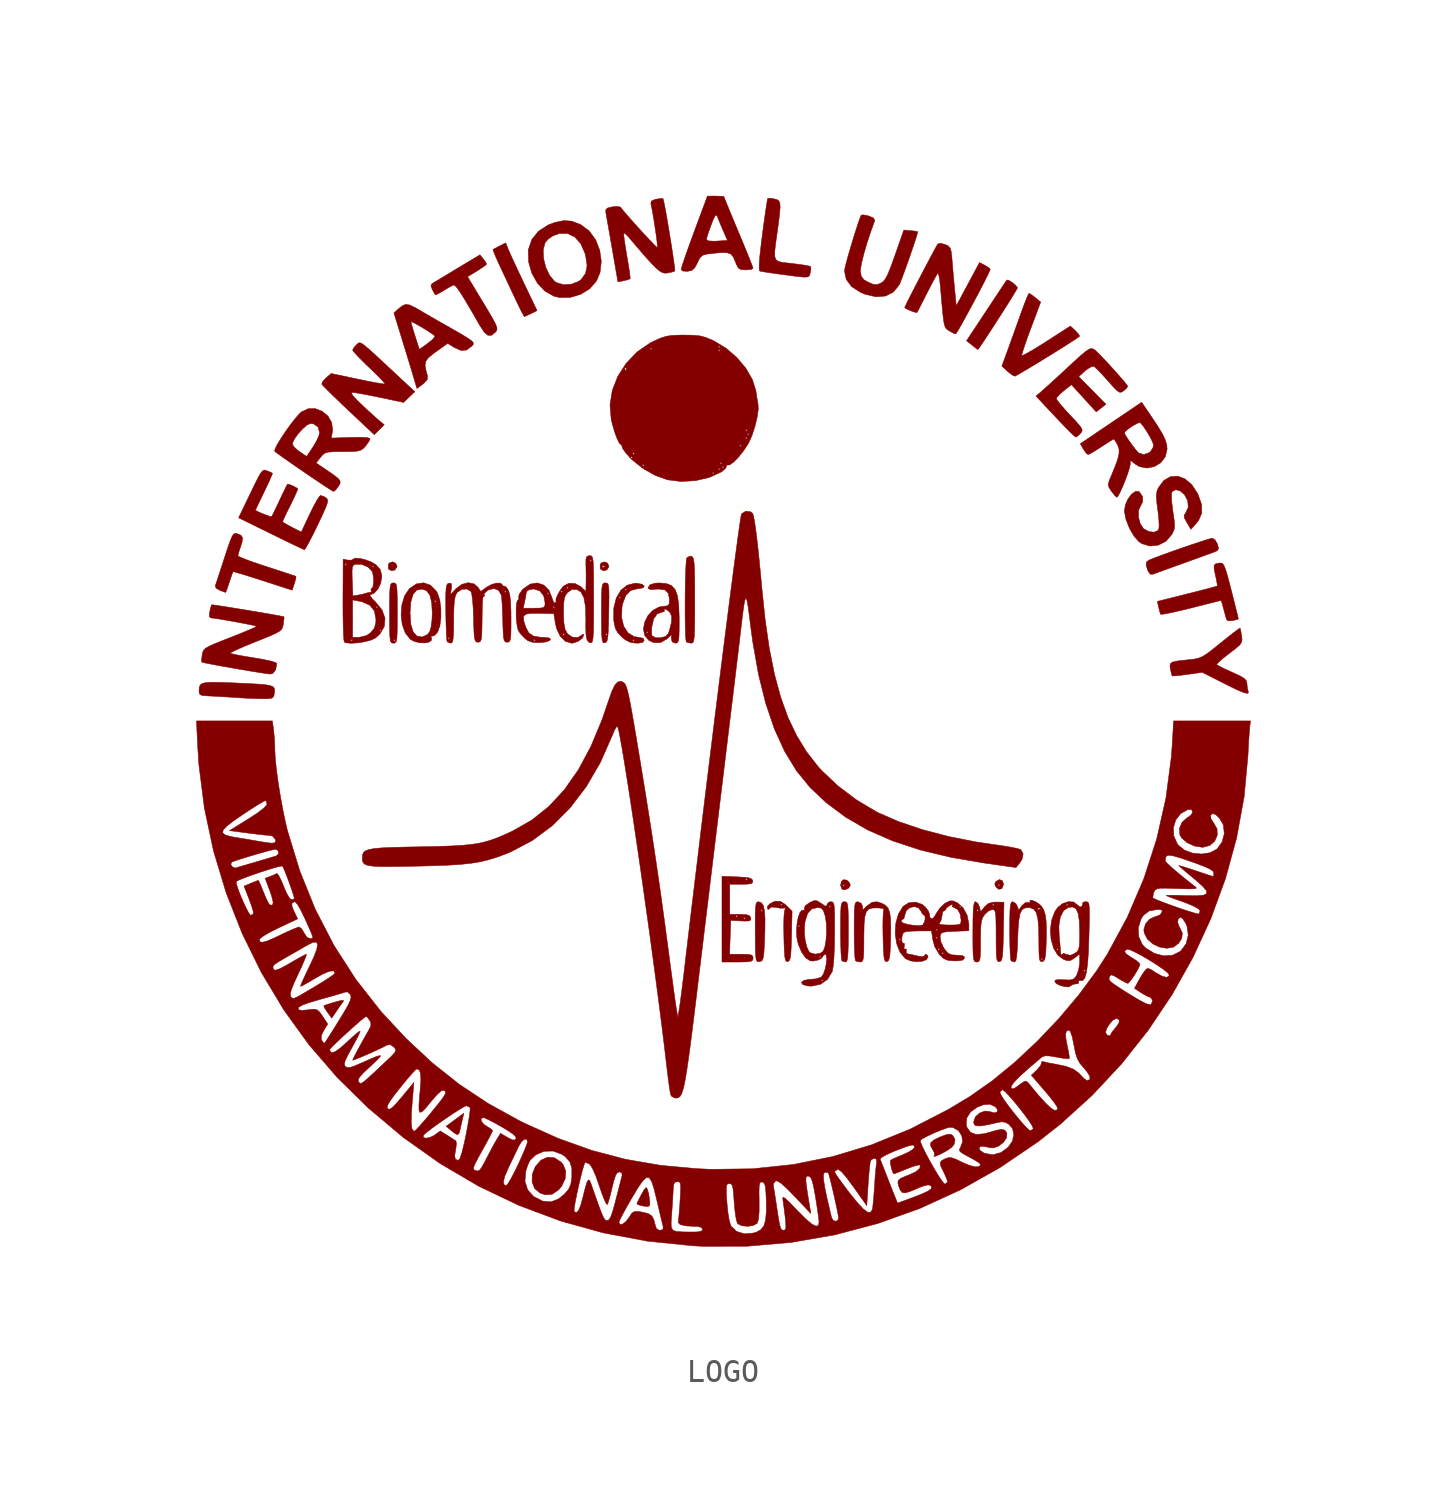
<source format=kicad_sym>
(kicad_symbol_lib
  (version 20220914)
  (generator "bitmap2component")
  (generator_version "9.0")
  (symbol "LOGO"
    (pin_names
      (offset 1.016))
    (property "Reference" "#G"
      (at 0 22.775 0)
      (effects (font (size 1.27 1.27)) hide))
    (symbol "LOGO_0_0"
      (polyline (pts (xy 1.051 -23.005) (xy 2.983 -22.837) (xy 4.886 -22.506) (xy 6.752 -22.012) (xy 8.575 -21.359) (xy 10.348 -20.547) (xy 12.064 -19.58) (xy 13.716 -18.459) (xy 14.699 -17.686) (xy 16.085 -16.428) (xy 17.362 -15.06) (xy 18.524 -13.593) (xy 19.564 -12.041) (xy 20.476 -10.415) (xy 21.252 -8.729) (xy 21.886 -6.995) (xy 22.37 -5.224) (xy 22.699 -3.43) (xy 22.866 -1.625) (xy 22.881 -1.308) (xy 22.904 -0.918) (xy 22.925 -0.599) (xy 22.943 -0.402) (xy 22.976 -0.127) (xy 21.301 -0.127) (xy 19.626 -0.127) (xy 19.569 -1.124) (xy 19.53 -1.68) (xy 19.292 -3.488) (xy 19.001 -4.778) (xy 19.617 -4.778) (xy 19.721 -4.437) (xy 19.938 -4.159) (xy 20.256 -3.983) (xy 20.263 -3.982) (xy 20.406 -3.987) (xy 20.454 -4.08) (xy 20.404 -4.208) (xy 20.259 -4.319) (xy 20.216 -4.34) (xy 19.996 -4.539) (xy 19.881 -4.808) (xy 19.899 -5.086) (xy 19.981 -5.228) (xy 20.218 -5.431) (xy 20.537 -5.576) (xy 20.884 -5.63) (xy 20.91 -5.63) (xy 21.206 -5.55) (xy 21.418 -5.361) (xy 21.529 -5.105) (xy 21.518 -4.824) (xy 21.368 -4.561) (xy 21.256 -4.393) (xy 21.239 -4.236) (xy 21.322 -4.161) (xy 21.459 -4.205) (xy 21.617 -4.355) (xy 21.763 -4.591) (xy 21.799 -4.685) (xy 21.834 -5.038) (xy 21.739 -5.396) (xy 21.526 -5.695) (xy 21.513 -5.707) (xy 21.22 -5.866) (xy 20.851 -5.924) (xy 20.461 -5.885) (xy 20.103 -5.755) (xy 19.832 -5.538) (xy 19.79 -5.482) (xy 19.636 -5.139) (xy 19.617 -4.778) (xy 19.001 -4.778) (xy 18.891 -5.264) (xy 18.33 -6.997) (xy 17.975 -7.825) (xy 18.717 -7.825) (xy 18.72 -7.806) (xy 18.753 -7.626) (xy 18.802 -7.508) (xy 18.899 -7.44) (xy 19.073 -7.412) (xy 19.356 -7.412) (xy 19.777 -7.428) (xy 19.855 -7.431) (xy 20.254 -7.442) (xy 20.503 -7.437) (xy 20.614 -7.415) (xy 20.605 -7.375) (xy 20.389 -7.208) (xy 20.054 -6.94) (xy 19.747 -6.686) (xy 19.495 -6.467) (xy 19.324 -6.306) (xy 19.262 -6.226) (xy 19.272 -6.091) (xy 19.319 -6.005) (xy 19.429 -5.977) (xy 19.624 -6.007) (xy 19.93 -6.097) (xy 20.369 -6.246) (xy 20.622 -6.335) (xy 20.985 -6.474) (xy 21.218 -6.582) (xy 21.342 -6.67) (xy 21.378 -6.749) (xy 21.374 -6.83) (xy 21.352 -6.9) (xy 21.326 -6.894) (xy 21.172 -6.845) (xy 20.915 -6.761) (xy 20.59 -6.652) (xy 20.416 -6.593) (xy 20.127 -6.501) (xy 19.928 -6.442) (xy 19.854 -6.428) (xy 19.877 -6.453) (xy 20.004 -6.567) (xy 20.217 -6.748) (xy 20.487 -6.972) (xy 20.616 -7.079) (xy 20.91 -7.343) (xy 21.062 -7.53) (xy 21.067 -7.651) (xy 20.919 -7.718) (xy 20.612 -7.741) (xy 20.143 -7.733) (xy 19.872 -7.724) (xy 19.569 -7.719) (xy 19.368 -7.722) (xy 19.302 -7.731) (xy 19.323 -7.742) (xy 19.468 -7.801) (xy 19.72 -7.893) (xy 20.038 -8.005) (xy 20.169 -8.053) (xy 20.469 -8.177) (xy 20.682 -8.29) (xy 20.769 -8.371) (xy 20.774 -8.427) (xy 20.727 -8.532) (xy 20.692 -8.531) (xy 20.529 -8.491) (xy 20.267 -8.411) (xy 19.945 -8.305) (xy 19.599 -8.184) (xy 19.266 -8.063) (xy 18.983 -7.954) (xy 18.788 -7.87) (xy 18.717 -7.825) (xy 17.975 -7.825) (xy 17.612 -8.673) (xy 17.359 -9.142) (xy 18.087 -9.142) (xy 18.204 -8.761) (xy 18.318 -8.586) (xy 18.57 -8.398) (xy 18.92 -8.34) (xy 19.054 -8.345) (xy 19.135 -8.386) (xy 19.102 -8.49) (xy 19.013 -8.584) (xy 18.824 -8.656) (xy 18.796 -8.659) (xy 18.573 -8.767) (xy 18.4 -8.974) (xy 18.33 -9.219) (xy 18.349 -9.363) (xy 18.485 -9.628) (xy 18.721 -9.838) (xy 19.016 -9.976) (xy 19.329 -10.029) (xy 19.62 -9.978) (xy 19.848 -9.81) (xy 19.981 -9.598) (xy 20.008 -9.365) (xy 19.889 -9.117) (xy 19.873 -9.092) (xy 19.803 -8.9) (xy 19.826 -8.743) (xy 19.934 -8.678) (xy 19.945 -8.68) (xy 20.044 -8.768) (xy 20.158 -8.946) (xy 20.213 -9.075) (xy 20.265 -9.457) (xy 20.172 -9.829) (xy 19.943 -10.139) (xy 19.912 -10.165) (xy 19.583 -10.33) (xy 19.199 -10.358) (xy 18.795 -10.253) (xy 18.408 -10.016) (xy 18.261 -9.86) (xy 18.109 -9.524) (xy 18.087 -9.142) (xy 17.359 -9.142) (xy 16.742 -10.281) (xy 16.273 -11.01) (xy 16.031 -11.338) (xy 16.813 -11.338) (xy 16.836 -11.264) (xy 16.846 -11.239) (xy 16.904 -11.188) (xy 17.017 -11.22) (xy 17.226 -11.343) (xy 17.334 -11.409) (xy 17.525 -11.515) (xy 17.63 -11.557) (xy 17.648 -11.55) (xy 17.744 -11.448) (xy 17.877 -11.264) (xy 18.013 -11.048) (xy 18.118 -10.852) (xy 18.161 -10.728) (xy 18.146 -10.693) (xy 18.025 -10.578) (xy 17.822 -10.446) (xy 17.732 -10.394) (xy 17.537 -10.251) (xy 17.495 -10.146) (xy 17.599 -10.068) (xy 17.611 -10.066) (xy 17.751 -10.104) (xy 17.986 -10.213) (xy 18.281 -10.373) (xy 18.602 -10.562) (xy 18.912 -10.759) (xy 19.177 -10.942) (xy 19.362 -11.09) (xy 19.431 -11.182) (xy 19.424 -11.23) (xy 19.33 -11.297) (xy 19.129 -11.245) (xy 18.834 -11.079) (xy 18.679 -10.978) (xy 18.539 -10.909) (xy 18.452 -10.924) (xy 18.368 -11.015) (xy 18.352 -11.037) (xy 18.22 -11.236) (xy 18.082 -11.475) (xy 17.923 -11.773) (xy 18.21 -11.961) (xy 18.27 -12) (xy 18.46 -12.107) (xy 18.574 -12.15) (xy 18.613 -12.162) (xy 18.697 -12.271) (xy 18.707 -12.333) (xy 18.643 -12.473) (xy 18.595 -12.486) (xy 18.426 -12.438) (xy 18.144 -12.294) (xy 17.738 -12.05) (xy 17.621 -11.977) (xy 17.267 -11.752) (xy 17.031 -11.594) (xy 16.89 -11.485) (xy 16.825 -11.405) (xy 16.813 -11.338) (xy 16.031 -11.338) (xy 15.503 -12.052) (xy 14.635 -13.083) (xy 13.696 -14.071) (xy 12.717 -14.988) (xy 11.726 -15.802) (xy 11.309 -16.094) (xy 12.545 -16.094) (xy 12.56 -16.019) (xy 12.69 -15.846) (xy 12.947 -15.585) (xy 13.337 -15.234) (xy 13.862 -14.788) (xy 13.911 -14.753) (xy 14.035 -14.711) (xy 14.224 -14.717) (xy 14.527 -14.769) (xy 14.773 -14.812) (xy 14.986 -14.838) (xy 15.081 -14.835) (xy 15.084 -14.764) (xy 15.057 -14.569) (xy 15.001 -14.3) (xy 14.947 -14.037) (xy 14.921 -13.774) (xy 14.96 -13.632) (xy 15.066 -13.589) (xy 15.133 -13.657) (xy 15.141 -13.681) (xy 16.663 -13.681) (xy 16.715 -13.516) (xy 16.838 -13.321) (xy 16.987 -13.157) (xy 17.119 -13.086) (xy 17.147 -13.086) (xy 17.259 -13.144) (xy 17.245 -13.285) (xy 17.107 -13.481) (xy 17.073 -13.518) (xy 16.944 -13.68) (xy 16.891 -13.779) (xy 16.85 -13.841) (xy 16.751 -13.819) (xy 16.668 -13.718) (xy 16.663 -13.681) (xy 15.141 -13.681) (xy 15.21 -13.88) (xy 15.285 -14.242) (xy 15.351 -14.577) (xy 15.432 -14.835) (xy 15.549 -15.041) (xy 15.728 -15.255) (xy 15.839 -15.383) (xy 15.977 -15.601) (xy 15.986 -15.741) (xy 15.864 -15.79) (xy 15.847 -15.787) (xy 15.726 -15.703) (xy 15.57 -15.542) (xy 15.494 -15.46) (xy 15.258 -15.29) (xy 14.932 -15.167) (xy 14.478 -15.073) (xy 14.424 -15.064) (xy 14.167 -15.016) (xy 13.98 -14.972) (xy 13.893 -14.96) (xy 13.872 -15.006) (xy 13.877 -15.03) (xy 13.819 -15.157) (xy 13.676 -15.323) (xy 13.43 -15.558) (xy 14.019 -16.24) (xy 14.207 -16.463) (xy 14.408 -16.72) (xy 14.54 -16.911) (xy 14.581 -17.006) (xy 14.533 -17.078) (xy 14.428 -17.079) (xy 14.264 -16.972) (xy 14.032 -16.75) (xy 13.723 -16.405) (xy 13.327 -15.928) (xy 13.269 -15.86) (xy 13.188 -15.812) (xy 13.08 -15.853) (xy 12.892 -15.99) (xy 12.713 -16.116) (xy 12.601 -16.153) (xy 12.545 -16.094) (xy 11.309 -16.094) (xy 11 -16.311) (xy 12.065 -16.311) (xy 12.073 -16.277) (xy 12.172 -16.191) (xy 12.187 -16.192) (xy 12.294 -16.276) (xy 12.467 -16.457) (xy 12.682 -16.705) (xy 12.914 -16.989) (xy 13.137 -17.278) (xy 13.328 -17.541) (xy 13.461 -17.747) (xy 13.512 -17.865) (xy 13.5 -17.904) (xy 13.392 -17.975) (xy 13.382 -17.974) (xy 13.279 -17.897) (xy 13.108 -17.719) (xy 12.895 -17.473) (xy 12.663 -17.188) (xy 12.439 -16.899) (xy 12.248 -16.635) (xy 12.115 -16.428) (xy 12.065 -16.311) (xy 11 -16.311) (xy 10.753 -16.484) (xy 9.795 -17.059) (xy 8.52 -17.715) (xy 10.595 -17.715) (xy 10.618 -17.421) (xy 10.785 -17.153) (xy 11.079 -16.945) (xy 11.359 -16.838) (xy 11.627 -16.821) (xy 11.858 -16.928) (xy 11.956 -17.04) (xy 11.945 -17.149) (xy 11.83 -17.197) (xy 11.646 -17.148) (xy 11.635 -17.142) (xy 11.413 -17.116) (xy 11.18 -17.203) (xy 10.996 -17.367) (xy 10.922 -17.573) (xy 10.929 -17.668) (xy 10.995 -17.755) (xy 11.176 -17.767) (xy 11.254 -17.76) (xy 11.529 -17.715) (xy 11.827 -17.648) (xy 11.879 -17.634) (xy 12.119 -17.587) (xy 12.283 -17.602) (xy 12.441 -17.684) (xy 12.609 -17.872) (xy 12.67 -18.14) (xy 12.606 -18.43) (xy 12.418 -18.697) (xy 12.112 -18.922) (xy 11.755 -19.023) (xy 11.395 -18.956) (xy 11.363 -18.942) (xy 11.201 -18.835) (xy 11.156 -18.733) (xy 11.175 -18.693) (xy 11.243 -18.652) (xy 11.388 -18.66) (xy 11.653 -18.717) (xy 11.78 -18.722) (xy 12.009 -18.641) (xy 12.214 -18.482) (xy 12.349 -18.285) (xy 12.366 -18.093) (xy 12.356 -18.062) (xy 12.284 -17.954) (xy 12.156 -17.917) (xy 11.938 -17.948) (xy 11.597 -18.046) (xy 11.364 -18.108) (xy 11.021 -18.136) (xy 10.782 -18.045) (xy 10.63 -17.832) (xy 10.595 -17.715) (xy 8.52 -17.715) (xy 8.152 -17.905) (xy 6.968 -18.386) (xy 8.597 -18.386) (xy 8.686 -18.324) (xy 8.909 -18.205) (xy 9.195 -18.072) (xy 9.491 -17.949) (xy 9.744 -17.858) (xy 9.9 -17.822) (xy 10.027 -17.839) (xy 10.256 -17.97) (xy 10.401 -18.192) (xy 10.438 -18.454) (xy 10.342 -18.708) (xy 10.338 -18.713) (xy 10.294 -18.802) (xy 10.326 -18.882) (xy 10.461 -18.978) (xy 10.723 -19.119) (xy 10.967 -19.253) (xy 11.149 -19.369) (xy 11.218 -19.436) (xy 11.177 -19.522) (xy 11.015 -19.551) (xy 10.755 -19.492) (xy 10.418 -19.348) (xy 10.148 -19.217) (xy 9.956 -19.15) (xy 9.815 -19.146) (xy 9.674 -19.196) (xy 9.667 -19.199) (xy 9.514 -19.282) (xy 9.456 -19.374) (xy 9.49 -19.521) (xy 9.61 -19.77) (xy 9.653 -19.858) (xy 9.743 -20.062) (xy 9.779 -20.181) (xy 9.771 -20.214) (xy 9.672 -20.301) (xy 9.629 -20.275) (xy 9.517 -20.131) (xy 9.361 -19.894) (xy 9.183 -19.596) (xy 8.999 -19.272) (xy 8.83 -18.956) (xy 8.694 -18.68) (xy 8.61 -18.479) (xy 8.597 -18.386) (xy 6.968 -18.386) (xy 6.484 -18.584) (xy 4.788 -19.097) (xy 3.06 -19.445) (xy 1.296 -19.631) (xy -0.508 -19.654) (xy -1.114 -19.628) (xy -2.718 -19.481) (xy -4.237 -19.219) (xy -5.706 -18.832) (xy -7.16 -18.313) (xy -8.636 -17.651) (xy -8.873 -17.533) (xy -10.232 -16.783) (xy -11.48 -15.955) (xy -12.66 -15.019) (xy -13.813 -13.944) (xy -14.884 -12.791) (xy -15.986 -11.387) (xy -16.94 -9.904) (xy -17.752 -8.335) (xy -18.425 -6.671) (xy -18.965 -4.908) (xy -19.032 -4.631) (xy -19.151 -4.075) (xy -19.264 -3.467) (xy -19.364 -2.852) (xy -19.443 -2.271) (xy -19.496 -1.769) (xy -19.515 -1.388) (xy -19.518 -1.222) (xy -19.538 -0.845) (xy -19.57 -0.52) (xy -19.623 -0.127) (xy -21.276 -0.127) (xy -22.928 -0.127) (xy -22.875 -1.249) (xy -22.824 -2.032) (xy -22.584 -3.924) (xy -22.353 -5.008) (xy -21.785 -5.008) (xy -21.771 -4.887) (xy -21.623 -4.721) (xy -21.336 -4.496) (xy -20.907 -4.199) (xy -20.865 -4.171) (xy -20.525 -3.947) (xy -20.237 -3.765) (xy -20.03 -3.643) (xy -19.933 -3.598) (xy -19.892 -3.621) (xy -19.857 -3.747) (xy -19.87 -3.786) (xy -20.005 -3.932) (xy -20.277 -4.14) (xy -20.677 -4.4) (xy -21.494 -4.906) (xy -20.696 -5.009) (xy -20.51 -5.033) (xy -20.158 -5.075) (xy -19.877 -5.105) (xy -19.716 -5.118) (xy -19.605 -5.147) (xy -19.491 -5.292) (xy -19.48 -5.368) (xy -19.515 -5.431) (xy -19.635 -5.45) (xy -19.866 -5.428) (xy -20.235 -5.366) (xy -20.473 -5.324) (xy -20.855 -5.26) (xy -21.23 -5.199) (xy -21.428 -5.163) (xy -21.669 -5.096) (xy -21.785 -5.008) (xy -22.353 -5.008) (xy -22.187 -5.788) (xy -22.011 -6.37) (xy -21.434 -6.37) (xy -21.396 -6.277) (xy -21.349 -6.256) (xy -21.157 -6.188) (xy -20.869 -6.096) (xy -20.527 -5.993) (xy -20.175 -5.89) (xy -19.855 -5.801) (xy -19.611 -5.739) (xy -19.485 -5.715) (xy -19.464 -5.716) (xy -19.364 -5.79) (xy -19.357 -5.915) (xy -19.452 -6.006) (xy -19.497 -6.019) (xy -19.687 -6.075) (xy -19.975 -6.161) (xy -20.32 -6.263) (xy -20.494 -6.314) (xy -20.824 -6.411) (xy -21.081 -6.486) (xy -21.22 -6.527) (xy -21.259 -6.532) (xy -21.373 -6.477) (xy -21.434 -6.37) (xy -22.011 -6.37) (xy -21.785 -7.118) (xy -21.196 -7.118) (xy -21.184 -7.109) (xy -21.038 -7.039) (xy -20.788 -6.939) (xy -20.469 -6.824) (xy -20.121 -6.705) (xy -19.781 -6.596) (xy -19.486 -6.507) (xy -19.274 -6.454) (xy -19.183 -6.446) (xy -19.159 -6.487) (xy -19.083 -6.662) (xy -18.981 -6.922) (xy -18.871 -7.22) (xy -18.77 -7.507) (xy -18.697 -7.734) (xy -18.669 -7.853) (xy -18.68 -7.88) (xy -18.789 -7.916) (xy -18.79 -7.916) (xy -18.881 -7.838) (xy -19.002 -7.63) (xy -19.135 -7.323) (xy -19.157 -7.266) (xy -19.272 -7.001) (xy -19.368 -6.824) (xy -19.426 -6.77) (xy -19.529 -6.82) (xy -19.715 -6.896) (xy -19.939 -6.981) (xy -19.732 -7.531) (xy -19.647 -7.778) (xy -19.59 -8.024) (xy -19.612 -8.135) (xy -19.628 -8.144) (xy -19.706 -8.152) (xy -19.786 -8.073) (xy -19.885 -7.883) (xy -20.02 -7.556) (xy -20.113 -7.329) (xy -20.195 -7.142) (xy -20.235 -7.07) (xy -20.244 -7.072) (xy -20.36 -7.115) (xy -20.558 -7.195) (xy -20.859 -7.321) (xy -20.653 -7.846) (xy -20.553 -8.115) (xy -20.476 -8.351) (xy -20.447 -8.483) (xy -20.458 -8.529) (xy -20.563 -8.594) (xy -20.579 -8.586) (xy -20.661 -8.473) (xy -20.775 -8.257) (xy -20.903 -7.981) (xy -21.028 -7.686) (xy -21.13 -7.416) (xy -21.192 -7.213) (xy -21.196 -7.118) (xy -21.785 -7.118) (xy -21.636 -7.613) (xy -20.939 -9.383) (xy -20.805 -9.656) (xy -20.193 -9.656) (xy -20.163 -9.607) (xy -20.003 -9.486) (xy -19.726 -9.325) (xy -19.357 -9.141) (xy -18.522 -8.748) (xy -18.672 -8.438) (xy -18.674 -8.435) (xy -18.773 -8.182) (xy -18.763 -8.043) (xy -18.643 -8.004) (xy -18.627 -8.008) (xy -18.53 -8.115) (xy -18.384 -8.369) (xy -18.188 -8.774) (xy -17.939 -9.335) (xy -17.934 -9.345) (xy -17.867 -9.523) (xy -17.88 -9.596) (xy -17.98 -9.61) (xy -18.116 -9.55) (xy -18.246 -9.356) (xy -18.251 -9.343) (xy -18.354 -9.172) (xy -18.455 -9.102) (xy -18.493 -9.109) (xy -18.667 -9.174) (xy -18.933 -9.29) (xy -19.251 -9.44) (xy -19.56 -9.587) (xy -19.866 -9.716) (xy -20.061 -9.767) (xy -20.163 -9.746) (xy -20.193 -9.656) (xy -20.805 -9.656) (xy -20.216 -10.854) (xy -19.6 -10.854) (xy -19.6 -10.847) (xy -19.58 -10.791) (xy -19.51 -10.722) (xy -19.365 -10.623) (xy -19.121 -10.477) (xy -18.754 -10.267) (xy -18.689 -10.23) (xy -18.4 -10.064) (xy -18.111 -9.896) (xy -17.868 -9.776) (xy -17.712 -9.756) (xy -17.653 -9.85) (xy -17.687 -10.064) (xy -17.816 -10.405) (xy -18.039 -10.88) (xy -18.155 -11.12) (xy -18.288 -11.405) (xy -18.374 -11.604) (xy -18.398 -11.685) (xy -18.382 -11.683) (xy -18.256 -11.623) (xy -18.034 -11.499) (xy -17.751 -11.331) (xy -17.428 -11.149) (xy -17.134 -11.026) (xy -16.953 -11.013) (xy -16.892 -11.11) (xy -16.956 -11.173) (xy -17.139 -11.303) (xy -17.412 -11.48) (xy -17.747 -11.684) (xy -18.032 -11.853) (xy -18.336 -12.033) (xy -18.538 -12.145) (xy -18.661 -12.2) (xy -18.733 -12.208) (xy -18.778 -12.181) (xy -18.821 -12.128) (xy -18.827 -12.121) (xy -18.844 -12.021) (xy -18.8 -11.841) (xy -18.688 -11.558) (xy -18.5 -11.151) (xy -18.352 -10.835) (xy -18.229 -10.551) (xy -18.155 -10.358) (xy -18.145 -10.288) (xy -18.167 -10.295) (xy -18.308 -10.365) (xy -18.543 -10.495) (xy -18.834 -10.664) (xy -19.002 -10.762) (xy -19.294 -10.917) (xy -19.478 -10.981) (xy -19.573 -10.958) (xy -19.6 -10.854) (xy -20.216 -10.854) (xy -20.101 -11.086) (xy -19.168 -12.64) (xy -18.5 -12.64) (xy -18.472 -12.591) (xy -18.314 -12.501) (xy -18.009 -12.39) (xy -17.547 -12.254) (xy -17.194 -12.156) (xy -16.848 -12.057) (xy -16.588 -11.981) (xy -16.453 -11.937) (xy -16.35 -11.929) (xy -16.221 -12.051) (xy -16.215 -12.063) (xy -16.197 -12.158) (xy -16.226 -12.29) (xy -16.316 -12.486) (xy -16.478 -12.771) (xy -16.722 -13.172) (xy -16.769 -13.248) (xy -16.985 -13.594) (xy -17.166 -13.88) (xy -17.293 -14.078) (xy -17.348 -14.159) (xy -17.387 -14.149) (xy -17.47 -14.04) (xy -17.492 -13.993) (xy -17.493 -13.831) (xy -17.384 -13.607) (xy -17.212 -13.328) (xy -17.435 -12.99) (xy -17.558 -12.813) (xy -17.675 -12.707) (xy -17.826 -12.681) (xy -18.079 -12.708) (xy -18.096 -12.711) (xy -18.345 -12.733) (xy -18.467 -12.711) (xy -18.5 -12.64) (xy -19.168 -12.64) (xy -19.128 -12.708) (xy -18.024 -14.236) (xy -17.848 -14.439) (xy -17.131 -14.439) (xy -17.121 -14.423) (xy -17.017 -14.31) (xy -16.826 -14.124) (xy -16.579 -13.892) (xy -16.305 -13.642) (xy -16.035 -13.4) (xy -15.797 -13.194) (xy -15.623 -13.05) (xy -15.54 -12.996) (xy -15.485 -13.037) (xy -15.384 -13.171) (xy -15.333 -13.273) (xy -15.336 -13.415) (xy -15.437 -13.615) (xy -15.547 -13.804) (xy -15.698 -14.074) (xy -15.854 -14.359) (xy -15.992 -14.62) (xy -16.091 -14.814) (xy -16.129 -14.902) (xy -16.073 -14.889) (xy -15.899 -14.822) (xy -15.648 -14.717) (xy -15.358 -14.591) (xy -15.07 -14.46) (xy -14.823 -14.344) (xy -14.657 -14.258) (xy -14.637 -14.247) (xy -14.49 -14.22) (xy -14.338 -14.327) (xy -14.266 -14.408) (xy -14.25 -14.485) (xy -14.307 -14.587) (xy -14.454 -14.744) (xy -14.709 -14.985) (xy -14.922 -15.186) (xy -15.248 -15.491) (xy -15.479 -15.702) (xy -15.633 -15.834) (xy -15.73 -15.9) (xy -15.788 -15.914) (xy -15.826 -15.892) (xy -15.864 -15.846) (xy -15.88 -15.822) (xy -15.883 -15.738) (xy -15.807 -15.615) (xy -15.635 -15.431) (xy -15.348 -15.162) (xy -15.276 -15.096) (xy -15.044 -14.877) (xy -14.925 -14.745) (xy -14.927 -14.697) (xy -15.059 -14.729) (xy -15.328 -14.839) (xy -15.742 -15.023) (xy -16.028 -15.147) (xy -16.234 -15.217) (xy -16.36 -15.223) (xy -16.443 -15.174) (xy -16.464 -15.149) (xy -16.488 -15.061) (xy -16.452 -14.921) (xy -16.347 -14.698) (xy -16.163 -14.363) (xy -16.064 -14.186) (xy -15.919 -13.912) (xy -15.826 -13.717) (xy -15.802 -13.634) (xy -15.819 -13.638) (xy -15.933 -13.72) (xy -16.127 -13.886) (xy -16.369 -14.11) (xy -16.672 -14.379) (xy -16.898 -14.536) (xy -17.031 -14.569) (xy -17.091 -14.534) (xy -17.131 -14.439) (xy -17.848 -14.439) (xy -16.796 -15.657) (xy -15.448 -16.981) (xy -14.624 -16.981) (xy -14.613 -16.883) (xy -14.522 -16.715) (xy -14.34 -16.458) (xy -14.055 -16.095) (xy -14.038 -16.075) (xy -13.785 -15.766) (xy -13.57 -15.514) (xy -13.415 -15.345) (xy -13.343 -15.282) (xy -13.322 -15.283) (xy -13.221 -15.338) (xy -13.167 -15.494) (xy -13.157 -15.771) (xy -13.186 -16.192) (xy -13.209 -16.435) (xy -13.239 -16.831) (xy -13.238 -17.075) (xy -13.195 -17.176) (xy -13.103 -17.145) (xy -12.953 -16.993) (xy -12.735 -16.73) (xy -12.701 -16.688) (xy -12.441 -16.391) (xy -12.26 -16.233) (xy -12.153 -16.212) (xy -12.146 -16.216) (xy -12.091 -16.264) (xy -12.081 -16.33) (xy -12.127 -16.437) (xy -12.244 -16.606) (xy -12.444 -16.861) (xy -12.74 -17.223) (xy -12.985 -17.514) (xy -13.203 -17.762) (xy -13.363 -17.93) (xy -13.441 -17.992) (xy -13.493 -17.974) (xy -13.55 -17.868) (xy -13.575 -17.648) (xy -13.57 -17.298) (xy -13.537 -16.798) (xy -13.461 -15.872) (xy -13.758 -16.232) (xy -13.953 -16.468) (xy -14.195 -16.751) (xy -14.363 -16.929) (xy -14.475 -17.019) (xy -14.55 -17.039) (xy -14.608 -17.005) (xy -14.624 -16.981) (xy -15.448 -16.981) (xy -15.441 -16.988) (xy -13.92 -18.267) (xy -13.051 -18.267) (xy -13.047 -18.174) (xy -13.036 -18.16) (xy -12.914 -18.051) (xy -12.694 -17.881) (xy -12.409 -17.674) (xy -12.092 -17.454) (xy -11.778 -17.242) (xy -11.5 -17.062) (xy -11.291 -16.938) (xy -11.184 -16.891) (xy -11.129 -16.898) (xy -11.013 -16.965) (xy -11.01 -16.976) (xy -11.016 -17.115) (xy -11.051 -17.379) (xy -11.111 -17.735) (xy -11.19 -18.151) (xy -11.265 -18.507) (xy -11.367 -18.926) (xy -11.453 -19.178) (xy -11.522 -19.262) (xy -11.538 -19.261) (xy -11.652 -19.214) (xy -11.684 -19.067) (xy -11.641 -18.793) (xy -11.627 -18.721) (xy -11.607 -18.52) (xy -11.631 -18.417) (xy -11.655 -18.401) (xy -11.799 -18.308) (xy -12.004 -18.177) (xy -12.313 -17.982) (xy -12.564 -18.168) (xy -12.595 -18.189) (xy -12.777 -18.273) (xy -12.946 -18.299) (xy -13.051 -18.267) (xy -13.92 -18.267) (xy -13.912 -18.273) (xy -12.307 -19.409) (xy -11.906 -19.644) (xy -10.86 -19.644) (xy -10.855 -19.557) (xy -10.792 -19.402) (xy -10.663 -19.154) (xy -10.458 -18.785) (xy -10.334 -18.563) (xy -10.18 -18.276) (xy -10.074 -18.068) (xy -10.035 -17.973) (xy -10.035 -17.967) (xy -10.116 -17.885) (xy -10.287 -17.78) (xy -10.418 -17.691) (xy -10.524 -17.557) (xy -10.536 -17.446) (xy -10.435 -17.401) (xy -10.389 -17.413) (xy -10.212 -17.493) (xy -9.948 -17.63) (xy -9.635 -17.805) (xy -9.361 -17.97) (xy -9.128 -18.13) (xy -9.018 -18.243) (xy -9.013 -18.324) (xy -9.072 -18.381) (xy -9.184 -18.369) (xy -9.386 -18.264) (xy -9.687 -18.087) (xy -9.852 -18.357) (xy -9.96 -18.544) (xy -10.12 -18.838) (xy -10.283 -19.153) (xy -10.371 -19.325) (xy -10.502 -19.563) (xy -10.597 -19.688) (xy -10.68 -19.727) (xy -10.774 -19.709) (xy -10.817 -19.69) (xy -10.86 -19.644) (xy -11.906 -19.644) (xy -10.971 -20.193) (xy -9.562 -20.193) (xy -9.495 -19.938) (xy -9.328 -19.555) (xy -9.323 -19.544) (xy -9.16 -19.207) (xy -9.006 -18.885) (xy -8.893 -18.648) (xy -8.781 -18.464) (xy -8.652 -18.347) (xy -8.55 -18.337) (xy -8.509 -18.451) (xy -8.539 -18.558) (xy -8.628 -18.788) (xy -8.763 -19.103) (xy -8.929 -19.467) (xy -9.094 -19.803) (xy -9.249 -20.094) (xy -9.3 -20.176) (xy -8.623 -20.176) (xy -8.589 -19.746) (xy -8.567 -19.666) (xy -8.481 -19.42) (xy -8.398 -19.258) (xy -8.151 -19.024) (xy -7.789 -18.869) (xy -7.396 -18.859) (xy -7.012 -19.003) (xy -6.873 -19.098) (xy -6.672 -19.319) (xy -6.581 -19.605) (xy -6.581 -20) (xy -6.583 -20.031) (xy -6.63 -20.324) (xy -6.726 -20.534) (xy -6.908 -20.739) (xy -7.169 -20.949) (xy -7.495 -21.072) (xy -7.834 -21.043) (xy -7.854 -21.037) (xy -8.244 -20.841) (xy -8.504 -20.548) (xy -8.623 -20.176) (xy -9.3 -20.176) (xy -9.371 -20.29) (xy -9.44 -20.362) (xy -9.531 -20.331) (xy -9.562 -20.193) (xy -10.971 -20.193) (xy -10.63 -20.394) (xy -8.885 -21.226) (xy -8.214 -21.477) (xy -6.486 -21.477) (xy -6.475 -21.335) (xy -6.433 -21.081) (xy -6.368 -20.752) (xy -6.289 -20.389) (xy -6.205 -20.03) (xy -6.124 -19.713) (xy -6.055 -19.477) (xy -6.006 -19.361) (xy -5.962 -19.361) (xy -5.826 -19.417) (xy -5.8 -19.436) (xy -5.684 -19.61) (xy -5.541 -19.934) (xy -5.378 -20.399) (xy -5.269 -20.716) (xy -5.161 -20.992) (xy -5.078 -21.158) (xy -5.031 -21.189) (xy -5.024 -21.174) (xy -4.972 -21.015) (xy -4.9 -20.75) (xy -4.821 -20.426) (xy -4.748 -20.135) (xy -4.673 -19.912) (xy -4.598 -19.8) (xy -4.508 -19.77) (xy -4.479 -19.777) (xy 4.868 -19.777) (xy 4.881 -19.739) (xy 4.99 -19.657) (xy 5.033 -19.66) (xy 5.175 -19.771) (xy 5.393 -20.025) (xy 5.688 -20.424) (xy 6.265 -21.239) (xy 6.322 -20.329) (xy 6.342 -20.035) (xy 6.372 -19.688) (xy 6.401 -19.429) (xy 6.425 -19.298) (xy 6.466 -19.232) (xy 6.58 -19.176) (xy 6.68 -19.209) (xy 6.681 -19.213) (xy 6.846 -19.213) (xy 6.853 -19.189) (xy 6.966 -19.101) (xy 7.192 -18.983) (xy 7.495 -18.853) (xy 7.579 -18.82) (xy 7.925 -18.688) (xy 8.147 -18.616) (xy 8.272 -18.597) (xy 8.327 -18.627) (xy 8.34 -18.701) (xy 8.284 -18.777) (xy 8.108 -18.893) (xy 7.853 -19.011) (xy 7.625 -19.104) (xy 7.41 -19.2) (xy 7.301 -19.259) (xy 7.291 -19.286) (xy 7.299 -19.425) (xy 7.339 -19.615) (xy 7.393 -19.782) (xy 7.444 -19.854) (xy 7.444 -19.854) (xy 7.529 -19.824) (xy 7.726 -19.747) (xy 7.996 -19.638) (xy 8 -19.637) (xy 8.272 -19.534) (xy 8.477 -19.473) (xy 8.571 -19.465) (xy 8.594 -19.497) (xy 8.568 -19.62) (xy 8.402 -19.759) (xy 8.115 -19.893) (xy 7.976 -19.945) (xy 7.745 -20.046) (xy 7.635 -20.139) (xy 7.619 -20.256) (xy 7.67 -20.431) (xy 7.72 -20.558) (xy 7.803 -20.661) (xy 7.931 -20.682) (xy 8.142 -20.622) (xy 8.469 -20.485) (xy 8.698 -20.391) (xy 8.927 -20.331) (xy 9.046 -20.358) (xy 9.088 -20.418) (xy 9.068 -20.502) (xy 8.941 -20.598) (xy 8.687 -20.718) (xy 8.29 -20.874) (xy 8.171 -20.918) (xy 7.887 -21.023) (xy 7.687 -21.096) (xy 7.608 -21.124) (xy 7.577 -21.058) (xy 7.497 -20.864) (xy 7.38 -20.572) (xy 7.24 -20.214) (xy 7.109 -19.879) (xy 6.983 -19.558) (xy 6.891 -19.324) (xy 6.846 -19.213) (xy 6.681 -19.213) (xy 6.699 -19.325) (xy 6.684 -19.41) (xy 6.657 -19.646) (xy 6.628 -19.978) (xy 6.602 -20.362) (xy 6.584 -20.634) (xy 6.556 -20.986) (xy 6.529 -21.256) (xy 6.507 -21.399) (xy 6.499 -21.423) (xy 6.422 -21.53) (xy 6.295 -21.518) (xy 6.109 -21.379) (xy 5.856 -21.108) (xy 5.524 -20.698) (xy 5.496 -20.662) (xy 5.251 -20.339) (xy 5.052 -20.065) (xy 4.917 -19.869) (xy 4.868 -19.777) (xy -4.479 -19.777) (xy -4.406 -19.796) (xy -4.396 -19.876) (xy 4.376 -19.876) (xy 4.417 -19.795) (xy 4.474 -19.779) (xy 4.583 -19.795) (xy 4.61 -19.866) (xy 4.665 -20.068) (xy 4.737 -20.362) (xy 4.818 -20.706) (xy 4.897 -21.059) (xy 4.966 -21.381) (xy 5.015 -21.633) (xy 5.035 -21.771) (xy 5.028 -21.829) (xy 4.944 -21.913) (xy 4.823 -21.897) (xy 4.738 -21.777) (xy 4.67 -21.502) (xy 4.525 -20.882) (xy 4.428 -20.41) (xy 4.379 -20.078) (xy 4.376 -19.876) (xy -4.396 -19.876) (xy -4.39 -19.918) (xy -4.417 -20.018) (xy -4.48 -20.26) (xy -4.565 -20.593) (xy -4.663 -20.976) (xy -4.702 -21.13) (xy -4.805 -21.497) (xy -4.889 -21.729) (xy -4.964 -21.851) (xy -5.04 -21.886) (xy -5.056 -21.886) (xy -5.108 -21.871) (xy -5.16 -21.82) (xy -5.221 -21.712) (xy -5.3 -21.526) (xy -5.407 -21.243) (xy -5.55 -20.84) (xy -5.739 -20.298) (xy -5.753 -20.258) (xy -5.811 -20.134) (xy -5.864 -20.116) (xy -5.923 -20.22) (xy -5.996 -20.459) (xy -6.094 -20.85) (xy -6.197 -21.228) (xy -6.291 -21.454) (xy -6.383 -21.537) (xy -6.481 -21.493) (xy -6.486 -21.477) (xy -8.214 -21.477) (xy -7.077 -21.903) (xy -6.875 -21.959) (xy -4.53 -21.959) (xy -4.529 -21.951) (xy -4.476 -21.825) (xy -4.354 -21.589) (xy -4.181 -21.274) (xy -3.973 -20.91) (xy -3.96 -20.889) (xy -3.693 -20.445) (xy -3.489 -20.152) (xy -3.333 -20.011) (xy -3.21 -20.023) (xy -3.104 -20.188) (xy -3 -20.508) (xy -2.883 -20.984) (xy -2.804 -21.32) (xy -2.719 -21.682) (xy -2.658 -21.935) (xy -2.257 -21.935) (xy -2.23 -21.567) (xy -2.223 -21.465) (xy -2.196 -21.084) (xy -2.176 -20.744) (xy -2.166 -20.511) (xy -2.155 -20.349) (xy -2.104 -20.224) (xy -1.988 -20.193) (xy -1.973 -20.193) (xy -1.9 -20.207) (xy -1.858 -20.265) (xy -1.842 -20.399) (xy -1.843 -20.468) (xy 0.144 -20.468) (xy 0.162 -20.342) (xy 0.205 -20.288) (xy 0.279 -20.278) (xy 0.339 -20.286) (xy 0.396 -20.34) (xy 0.435 -20.471) (xy 0.463 -20.71) (xy 0.489 -21.087) (xy 0.504 -21.285) (xy 0.542 -21.624) (xy 0.59 -21.884) (xy 0.639 -22.018) (xy 0.647 -22.027) (xy 0.821 -22.112) (xy 1.071 -22.137) (xy 1.317 -22.103) (xy 1.485 -22.01) (xy 1.498 -21.991) (xy 1.55 -21.816) (xy 1.575 -21.5) (xy 1.576 -21.029) (xy 1.571 -20.644) (xy 1.577 -20.398) (xy 1.599 -20.262) (xy 1.642 -20.209) (xy 1.711 -20.208) (xy 1.752 -20.221) (xy 1.805 -20.276) (xy 2.196 -20.276) (xy 2.297 -20.158) (xy 2.379 -20.167) (xy 2.545 -20.275) (xy 2.792 -20.497) (xy 3.13 -20.843) (xy 3.828 -21.581) (xy 3.717 -20.908) (xy 3.682 -20.687) (xy 3.63 -20.338) (xy 3.61 -20.117) (xy 3.621 -19.997) (xy 3.665 -19.951) (xy 3.742 -19.954) (xy 3.758 -19.959) (xy 3.829 -20.024) (xy 3.893 -20.181) (xy 3.958 -20.454) (xy 4.032 -20.871) (xy 4.076 -21.145) (xy 4.13 -21.506) (xy 4.169 -21.789) (xy 4.185 -21.95) (xy 4.161 -22.093) (xy 4.059 -22.133) (xy 3.873 -22.04) (xy 3.599 -21.81) (xy 3.233 -21.443) (xy 3.136 -21.342) (xy 2.884 -21.081) (xy 2.723 -20.928) (xy 2.636 -20.872) (xy 2.605 -20.899) (xy 2.612 -20.997) (xy 2.636 -21.154) (xy 2.675 -21.452) (xy 2.714 -21.78) (xy 2.734 -21.98) (xy 2.741 -22.187) (xy 2.712 -22.285) (xy 2.642 -22.31) (xy 2.592 -22.303) (xy 2.539 -22.261) (xy 2.494 -22.157) (xy 2.449 -21.965) (xy 2.397 -21.658) (xy 2.329 -21.209) (xy 2.324 -21.177) (xy 2.274 -20.844) (xy 2.229 -20.563) (xy 2.198 -20.392) (xy 2.196 -20.276) (xy 1.805 -20.276) (xy 1.811 -20.282) (xy 1.848 -20.417) (xy 1.871 -20.658) (xy 1.887 -21.036) (xy 1.891 -21.464) (xy 1.86 -21.848) (xy 1.784 -22.113) (xy 1.653 -22.285) (xy 1.461 -22.389) (xy 1.317 -22.431) (xy 0.923 -22.462) (xy 0.593 -22.358) (xy 0.353 -22.124) (xy 0.331 -22.08) (xy 0.269 -21.853) (xy 0.213 -21.513) (xy 0.174 -21.103) (xy 0.171 -21.065) (xy 0.148 -20.699) (xy 0.144 -20.468) (xy -1.843 -20.468) (xy -1.847 -20.64) (xy -1.868 -21.018) (xy -1.882 -21.236) (xy -1.908 -21.57) (xy -1.931 -21.819) (xy -1.948 -21.942) (xy -1.951 -21.973) (xy -1.858 -22.061) (xy -1.619 -22.118) (xy -1.249 -22.139) (xy -1.121 -22.143) (xy -0.942 -22.181) (xy -0.889 -22.267) (xy -0.896 -22.305) (xy -0.969 -22.358) (xy -1.147 -22.382) (xy -1.46 -22.384) (xy -1.751 -22.38) (xy -2.028 -22.361) (xy -2.185 -22.302) (xy -2.252 -22.17) (xy -2.257 -21.935) (xy -2.658 -21.935) (xy -2.652 -21.962) (xy -2.613 -22.119) (xy -2.605 -22.151) (xy -2.612 -22.278) (xy -2.738 -22.31) (xy -2.789 -22.305) (xy -2.902 -22.226) (xy -2.968 -22.016) (xy -3.003 -21.867) (xy -3.096 -21.684) (xy -3.269 -21.577) (xy -3.566 -21.509) (xy -3.66 -21.495) (xy -3.847 -21.489) (xy -3.967 -21.564) (xy -4.092 -21.754) (xy -4.22 -21.924) (xy -4.367 -22.038) (xy -4.483 -22.056) (xy -4.53 -21.959) (xy -6.875 -21.959) (xy -5.21 -22.423) (xy -3.287 -22.784) (xy -1.312 -22.985) (xy -0.903 -23.006) (xy 1.051 -23.005)) (stroke (width 0.01) (type default)) (fill (type outline)))
      (polyline (pts (xy -2.053 -16.552) (xy -1.981 -16.545) (xy -1.917 -16.521) (xy -1.858 -16.467) (xy -1.803 -16.372) (xy -1.75 -16.224) (xy -1.695 -16.012) (xy -1.638 -15.724) (xy -1.576 -15.349) (xy -1.506 -14.876) (xy -1.427 -14.292) (xy -1.336 -13.586) (xy -1.232 -12.746) (xy -1.112 -11.762) (xy -0.974 -10.621) (xy -0.874 -9.799) (xy -0.735 -8.648) (xy -0.59 -7.458) (xy -0.445 -6.257) (xy -0.301 -5.076) (xy -0.164 -3.945) (xy -0.036 -2.892) (xy 0.079 -1.948) (xy 0.177 -1.143) (xy 0.239 -0.63) (xy 0.34 0.202) (xy 0.438 1.007) (xy 0.529 1.763) (xy 0.611 2.444) (xy 0.681 3.028) (xy 0.737 3.491) (xy 0.774 3.81) (xy 0.783 3.887) (xy 0.852 4.468) (xy 0.908 4.883) (xy 0.955 5.134) (xy 0.997 5.221) (xy 1.039 5.147) (xy 1.085 4.913) (xy 1.14 4.521) (xy 1.209 3.973) (xy 1.299 3.309) (xy 1.548 1.899) (xy 1.862 0.639) (xy 2.242 -0.478) (xy 2.69 -1.458) (xy 3.209 -2.307) (xy 3.801 -3.03) (xy 4.5 -3.689) (xy 5.359 -4.329) (xy 6.321 -4.883) (xy 7.398 -5.354) (xy 8.599 -5.748) (xy 9.936 -6.069) (xy 11.419 -6.322) (xy 12.764 -6.511) (xy 12.922 -6.315) (xy 13.031 -6.143) (xy 13.073 -5.911) (xy 12.975 -5.734) (xy 12.974 -5.734) (xy 12.849 -5.69) (xy 12.593 -5.634) (xy 12.243 -5.574) (xy 11.836 -5.516) (xy 11.036 -5.398) (xy 9.829 -5.16) (xy 8.696 -4.863) (xy 7.667 -4.517) (xy 6.773 -4.129) (xy 6.683 -4.083) (xy 5.823 -3.571) (xy 5.004 -2.953) (xy 4.29 -2.276) (xy 4.141 -2.11) (xy 3.644 -1.473) (xy 3.211 -0.769) (xy 2.836 0.018) (xy 2.517 0.9) (xy 2.247 1.893) (xy 2.023 3.01) (xy 1.84 4.265) (xy 1.693 5.673) (xy 1.649 6.158) (xy 1.577 6.901) (xy 1.508 7.551) (xy 1.443 8.092) (xy 1.384 8.509) (xy 1.334 8.787) (xy 1.294 8.911) (xy 1.19 8.988) (xy 0.989 9.004) (xy 0.81 8.896) (xy 0.793 8.826) (xy 0.755 8.595) (xy 0.7 8.215) (xy 0.628 7.697) (xy 0.541 7.05) (xy 0.44 6.284) (xy 0.327 5.411) (xy 0.203 4.439) (xy 0.068 3.381) (xy -0.075 2.245) (xy -0.225 1.042) (xy -0.382 -0.217) (xy -0.543 -1.522) (xy -0.708 -2.864) (xy -0.875 -4.231) (xy -1.042 -5.613) (xy -1.21 -7.001) (xy -1.376 -8.383) (xy -1.539 -9.75) (xy -1.697 -11.091) (xy -1.698 -11.1) (xy -1.754 -11.559) (xy -1.809 -11.997) (xy -1.858 -12.366) (xy -1.894 -12.615) (xy -1.962 -13.039) (xy -2.017 -12.742) (xy -2.041 -12.587) (xy -2.085 -12.286) (xy -2.143 -11.867) (xy -2.212 -11.357) (xy -2.29 -10.779) (xy -2.371 -10.16) (xy -2.52 -9.043) (xy -2.713 -7.639) (xy -2.911 -6.275) (xy -3.119 -4.899) (xy -3.347 -3.459) (xy -3.6 -1.905) (xy -3.64 -1.668) (xy -3.773 -0.869) (xy -3.883 -0.218) (xy -3.974 0.302) (xy -4.049 0.706) (xy -4.112 1.009) (xy -4.165 1.227) (xy -4.213 1.376) (xy -4.258 1.472) (xy -4.305 1.529) (xy -4.356 1.564) (xy -4.444 1.597) (xy -4.582 1.572) (xy -4.711 1.428) (xy -4.844 1.149) (xy -4.994 0.72) (xy -5.27 -0.084) (xy -5.755 -1.246) (xy -6.298 -2.255) (xy -6.904 -3.12) (xy -7.577 -3.847) (xy -8.322 -4.442) (xy -9.144 -4.912) (xy -9.471 -5.064) (xy -9.83 -5.217) (xy -10.164 -5.337) (xy -10.502 -5.427) (xy -10.87 -5.493) (xy -11.298 -5.539) (xy -11.811 -5.571) (xy -12.439 -5.592) (xy -13.208 -5.608) (xy -13.86 -5.62) (xy -14.438 -5.636) (xy -14.882 -5.657) (xy -15.208 -5.688) (xy -15.435 -5.731) (xy -15.58 -5.79) (xy -15.662 -5.868) (xy -15.698 -5.97) (xy -15.706 -6.099) (xy -15.702 -6.191) (xy -15.675 -6.289) (xy -15.608 -6.363) (xy -15.481 -6.415) (xy -15.276 -6.449) (xy -14.975 -6.466) (xy -14.56 -6.471) (xy -14.013 -6.465) (xy -13.314 -6.451) (xy -12.637 -6.434) (xy -11.981 -6.41) (xy -11.442 -6.376) (xy -10.992 -6.33) (xy -10.602 -6.267) (xy -10.245 -6.184) (xy -9.893 -6.077) (xy -9.516 -5.941) (xy -9.238 -5.829) (xy -8.302 -5.335) (xy -7.438 -4.693) (xy -6.653 -3.908) (xy -5.951 -2.987) (xy -5.339 -1.937) (xy -4.821 -0.762) (xy -4.721 -0.523) (xy -4.634 -0.381) (xy -4.583 -0.381) (xy -4.539 -0.553) (xy -4.472 -0.884) (xy -4.388 -1.355) (xy -4.289 -1.95) (xy -4.176 -2.655) (xy -4.051 -3.455) (xy -3.918 -4.335) (xy -3.778 -5.281) (xy -3.632 -6.277) (xy -3.484 -7.311) (xy -3.336 -8.365) (xy -3.188 -9.426) (xy -3.045 -10.48) (xy -2.907 -11.511) (xy -2.777 -12.504) (xy -2.657 -13.445) (xy -2.549 -14.32) (xy -2.455 -15.113) (xy -2.444 -15.211) (xy -2.392 -15.635) (xy -2.344 -16) (xy -2.304 -16.268) (xy -2.278 -16.404) (xy -2.231 -16.482) (xy -2.082 -16.552) (xy -2.053 -16.552)) (stroke (width 0.01) (type default)) (fill (type outline)))
      (polyline (pts (xy 4.252 -11.593) (xy 4.559 -11.376) (xy 4.758 -11.041) (xy 4.763 -11.025) (xy 4.803 -10.799) (xy 4.834 -10.432) (xy 4.855 -9.949) (xy 4.864 -9.377) (xy 4.864 -9.004) (xy 4.862 -8.597) (xy 4.854 -8.318) (xy 4.837 -8.143) (xy 4.807 -8.048) (xy 4.762 -8.009) (xy 4.699 -8.001) (xy 4.6 -8.024) (xy 4.53 -8.13) (xy 4.519 -8.188) (xy 4.449 -8.187) (xy 4.287 -8.08) (xy 4.262 -8.062) (xy 4.097 -7.96) (xy 3.963 -7.955) (xy 3.772 -8.041) (xy 3.761 -8.047) (xy 3.583 -8.178) (xy 3.572 -8.213) (xy 4.614 -8.213) (xy 4.657 -8.17) (xy 4.699 -8.213) (xy 4.657 -8.255) (xy 4.614 -8.213) (xy 3.572 -8.213) (xy 3.545 -8.299) (xy 3.554 -8.36) (xy 3.477 -8.372) (xy 3.439 -8.372) (xy 3.352 -8.473) (xy 3.277 -8.685) (xy 3.225 -8.967) (xy 3.218 -9.059) (xy 3.26 -9.059) (xy 3.302 -9.017) (xy 3.344 -9.059) (xy 3.302 -9.102) (xy 3.26 -9.059) (xy 3.218 -9.059) (xy 3.203 -9.28) (xy 3.205 -9.315) (xy 3.545 -9.315) (xy 3.559 -8.984) (xy 3.582 -8.839) (xy 3.691 -8.506) (xy 3.866 -8.315) (xy 4.116 -8.255) (xy 4.138 -8.255) (xy 4.285 -8.282) (xy 4.375 -8.387) (xy 4.451 -8.615) (xy 4.464 -8.669) (xy 4.504 -8.978) (xy 4.511 -9.336) (xy 4.487 -9.689) (xy 4.435 -9.982) (xy 4.36 -10.161) (xy 4.243 -10.243) (xy 4.015 -10.284) (xy 3.797 -10.222) (xy 3.745 -10.17) (xy 3.648 -9.96) (xy 3.578 -9.657) (xy 3.545 -9.315) (xy 3.205 -9.315) (xy 3.22 -9.58) (xy 3.286 -9.869) (xy 3.426 -10.197) (xy 3.581 -10.414) (xy 4.191 -10.414) (xy 4.233 -10.372) (xy 4.276 -10.414) (xy 4.233 -10.456) (xy 4.191 -10.414) (xy 3.581 -10.414) (xy 3.605 -10.447) (xy 3.796 -10.573) (xy 3.909 -10.584) (xy 4.114 -10.549) (xy 4.287 -10.471) (xy 4.36 -10.374) (xy 4.365 -10.347) (xy 4.456 -10.287) (xy 4.497 -10.319) (xy 4.519 -10.468) (xy 4.501 -10.69) (xy 4.451 -10.933) (xy 4.378 -11.145) (xy 4.292 -11.273) (xy 4.255 -11.296) (xy 4.05 -11.358) (xy 3.789 -11.385) (xy 3.713 -11.388) (xy 3.529 -11.43) (xy 4.276 -11.43) (xy 4.318 -11.388) (xy 4.36 -11.43) (xy 4.318 -11.472) (xy 4.276 -11.43) (xy 3.529 -11.43) (xy 3.506 -11.435) (xy 3.419 -11.517) (xy 3.467 -11.603) (xy 3.662 -11.665) (xy 3.868 -11.677) (xy 4.252 -11.593)) (stroke (width 0.01) (type default)) (fill (type outline)))
      (polyline (pts (xy 15.148 -11.663) (xy 15.187 -11.629) (xy 15.275 -11.594) (xy 15.457 -11.568) (xy 15.486 -11.557) (xy 15.495 -11.473) (xy 15.485 -11.437) (xy 15.559 -11.434) (xy 15.573 -11.439) (xy 15.681 -11.425) (xy 15.766 -11.305) (xy 15.833 -11.065) (xy 15.882 -10.693) (xy 15.918 -10.177) (xy 15.941 -9.504) (xy 15.945 -9.343) (xy 15.957 -8.848) (xy 15.961 -8.492) (xy 15.955 -8.254) (xy 15.938 -8.108) (xy 15.907 -8.033) (xy 15.86 -8.005) (xy 15.795 -8.001) (xy 15.69 -8.019) (xy 15.66 -8.08) (xy 15.671 -8.117) (xy 15.611 -8.219) (xy 15.543 -8.228) (xy 15.436 -8.14) (xy 15.432 -8.133) (xy 15.273 -8.012) (xy 15.042 -7.998) (xy 14.792 -8.082) (xy 14.734 -8.128) (xy 14.944 -8.128) (xy 14.986 -8.086) (xy 15.028 -8.128) (xy 14.986 -8.17) (xy 14.944 -8.128) (xy 14.734 -8.128) (xy 14.573 -8.258) (xy 14.451 -8.438) (xy 14.312 -8.809) (xy 14.281 -9.061) (xy 14.63 -9.061) (xy 14.693 -8.665) (xy 14.835 -8.387) (xy 15.05 -8.247) (xy 15.238 -8.23) (xy 15.379 -8.312) (xy 15.472 -8.512) (xy 15.521 -8.846) (xy 15.536 -9.33) (xy 15.534 -9.675) (xy 15.521 -9.925) (xy 15.488 -10.079) (xy 15.427 -10.174) (xy 15.33 -10.249) (xy 15.329 -10.249) (xy 15.132 -10.335) (xy 14.956 -10.294) (xy 14.823 -10.247) (xy 14.749 -10.309) (xy 14.721 -10.323) (xy 14.704 -10.202) (xy 14.696 -10.071) (xy 14.674 -9.796) (xy 14.644 -9.483) (xy 14.63 -9.061) (xy 14.281 -9.061) (xy 14.26 -9.224) (xy 14.29 -9.641) (xy 14.398 -10.022) (xy 14.43 -10.075) (xy 14.52 -10.075) (xy 14.563 -10.033) (xy 14.605 -10.075) (xy 14.563 -10.118) (xy 14.52 -10.075) (xy 14.43 -10.075) (xy 14.58 -10.325) (xy 14.83 -10.511) (xy 14.988 -10.566) (xy 15.143 -10.559) (xy 15.317 -10.447) (xy 15.536 -10.275) (xy 15.536 -10.628) (xy 15.535 -10.683) (xy 15.49 -10.972) (xy 15.477 -11.007) (xy 15.706 -11.007) (xy 15.748 -10.964) (xy 15.79 -11.007) (xy 15.748 -11.049) (xy 15.706 -11.007) (xy 15.477 -11.007) (xy 15.404 -11.205) (xy 15.358 -11.278) (xy 15.257 -11.375) (xy 15.105 -11.409) (xy 14.843 -11.4) (xy 14.602 -11.392) (xy 14.471 -11.416) (xy 14.453 -11.482) (xy 14.524 -11.567) (xy 14.696 -11.652) (xy 14.895 -11.701) (xy 15.054 -11.712) (xy 15.148 -11.663)) (stroke (width 0.01) (type default)) (fill (type outline)))
      (polyline (pts (xy 0.814 -10.625) (xy 1.083 -10.617) (xy 1.233 -10.591) (xy 1.298 -10.541) (xy 1.312 -10.456) (xy 1.303 -10.38) (xy 1.24 -10.32) (xy 1.086 -10.293) (xy 0.801 -10.287) (xy 0.29 -10.287) (xy 0.314 -9.55) (xy 0.339 -8.813) (xy 0.791 -8.837) (xy 0.948 -8.844) (xy 1.135 -8.837) (xy 1.21 -8.795) (xy 1.212 -8.706) (xy 1.209 -8.691) (xy 1.151 -8.604) (xy 1.008 -8.562) (xy 0.739 -8.551) (xy 0.296 -8.551) (xy 0.296 -7.895) (xy 0.296 -7.239) (xy 0.81 -7.239) (xy 1.016 -7.237) (xy 1.208 -7.218) (xy 1.29 -7.173) (xy 1.296 -7.091) (xy 1.261 -7.019) (xy 1.157 -6.968) (xy 0.953 -6.937) (xy 0.613 -6.918) (xy -0.042 -6.893) (xy -0.042 -7.027) (xy 0.974 -7.027) (xy 1.016 -6.985) (xy 1.058 -7.027) (xy 1.016 -7.07) (xy 0.974 -7.027) (xy -0.042 -7.027) (xy -0.042 -8.636) (xy 0.55 -8.636) (xy 0.593 -8.594) (xy 0.635 -8.636) (xy 0.593 -8.678) (xy 0.55 -8.636) (xy -0.042 -8.636) (xy -0.042 -8.721) (xy 0.889 -8.721) (xy 0.931 -8.678) (xy 0.974 -8.721) (xy 0.931 -8.763) (xy 0.889 -8.721) (xy -0.042 -8.721) (xy -0.042 -8.759) (xy -0.042 -10.626) (xy 0.635 -10.626) (xy 0.814 -10.625)) (stroke (width 0.01) (type default)) (fill (type outline)))
      (polyline (pts (xy 1.596 -10.608) (xy 1.666 -10.591) (xy 1.72 -10.542) (xy 1.757 -10.434) (xy 1.782 -10.24) (xy 1.802 -9.932) (xy 1.82 -9.483) (xy 1.829 -9.234) (xy 1.832 -8.741) (xy 1.809 -8.39) (xy 1.756 -8.162) (xy 1.669 -8.039) (xy 1.546 -8.002) (xy 1.534 -8.002) (xy 1.482 -8.021) (xy 1.445 -8.088) (xy 1.422 -8.226) (xy 1.413 -8.382) (xy 1.651 -8.382) (xy 1.693 -8.34) (xy 1.736 -8.382) (xy 1.693 -8.424) (xy 1.651 -8.382) (xy 1.413 -8.382) (xy 1.409 -8.461) (xy 1.405 -8.817) (xy 1.406 -9.317) (xy 1.409 -9.695) (xy 1.414 -10.084) (xy 1.425 -10.347) (xy 1.445 -10.506) (xy 1.478 -10.586) (xy 1.527 -10.612) (xy 1.596 -10.608)) (stroke (width 0.01) (type default)) (fill (type outline)))
      (polyline (pts (xy 2.839 -10.604) (xy 2.893 -10.561) (xy 2.932 -10.455) (xy 2.957 -10.261) (xy 2.974 -9.951) (xy 2.987 -9.499) (xy 3.011 -8.416) (xy 2.769 -8.175) (xy 2.704 -8.113) (xy 2.505 -7.985) (xy 2.304 -7.977) (xy 2.216 -8) (xy 2.034 -8.097) (xy 2.007 -8.128) (xy 2.498 -8.128) (xy 2.54 -8.086) (xy 2.582 -8.128) (xy 2.54 -8.17) (xy 2.498 -8.128) (xy 2.007 -8.128) (xy 1.931 -8.216) (xy 1.947 -8.32) (xy 1.976 -8.337) (xy 2.048 -8.283) (xy 2.114 -8.23) (xy 2.312 -8.249) (xy 2.493 -8.283) (xy 2.667 -8.278) (xy 2.727 -8.268) (xy 2.709 -8.312) (xy 2.679 -8.407) (xy 2.656 -8.654) (xy 2.647 -9.028) (xy 2.653 -9.509) (xy 2.66 -9.784) (xy 2.675 -10.159) (xy 2.694 -10.403) (xy 2.723 -10.543) (xy 2.764 -10.603) (xy 2.822 -10.608) (xy 2.839 -10.604)) (stroke (width 0.01) (type default)) (fill (type outline)))
      (polyline (pts (xy 5.358 -10.624) (xy 5.4 -10.576) (xy 5.429 -10.441) (xy 5.448 -10.2) (xy 5.458 -9.831) (xy 5.461 -9.313) (xy 5.461 -9.036) (xy 5.458 -8.616) (xy 5.449 -8.329) (xy 5.431 -8.148) (xy 5.401 -8.05) (xy 5.356 -8.009) (xy 5.292 -8.001) (xy 5.265 -8.002) (xy 5.207 -8.02) (xy 5.168 -8.08) (xy 5.143 -8.209) (xy 5.129 -8.431) (xy 5.123 -8.772) (xy 5.122 -9.257) (xy 5.123 -9.464) (xy 5.13 -9.885) (xy 5.142 -10.23) (xy 5.159 -10.469) (xy 5.179 -10.569) (xy 5.204 -10.588) (xy 5.348 -10.626) (xy 5.358 -10.624)) (stroke (width 0.01) (type default)) (fill (type outline)))
      (polyline (pts (xy 6.023 -10.622) (xy 6.075 -10.587) (xy 6.109 -10.492) (xy 6.128 -10.309) (xy 6.136 -10.012) (xy 6.138 -9.573) (xy 6.139 -9.431) (xy 6.148 -8.968) (xy 6.179 -8.645) (xy 6.243 -8.437) (xy 6.35 -8.322) (xy 6.512 -8.274) (xy 6.74 -8.27) (xy 6.821 -8.275) (xy 6.979 -8.299) (xy 7.01 -8.332) (xy 7.004 -8.341) (xy 6.983 -8.472) (xy 6.97 -8.732) (xy 6.965 -9.089) (xy 6.971 -9.509) (xy 6.978 -9.784) (xy 6.993 -10.159) (xy 7.012 -10.403) (xy 7.041 -10.543) (xy 7.082 -10.603) (xy 7.14 -10.608) (xy 7.148 -10.607) (xy 7.206 -10.569) (xy 7.247 -10.471) (xy 7.274 -10.286) (xy 7.292 -9.986) (xy 7.305 -9.544) (xy 7.311 -9.148) (xy 7.3 -8.747) (xy 7.263 -8.467) (xy 7.192 -8.279) (xy 7.078 -8.155) (xy 6.916 -8.068) (xy 6.709 -8.003) (xy 6.494 -8.025) (xy 6.277 -8.182) (xy 6.096 -8.351) (xy 6.069 -8.176) (xy 6.027 -8.073) (xy 5.878 -8.001) (xy 5.859 -8.002) (xy 5.801 -8.019) (xy 5.761 -8.079) (xy 5.736 -8.208) (xy 5.722 -8.43) (xy 5.716 -8.771) (xy 5.715 -9.257) (xy 5.716 -9.464) (xy 5.722 -9.885) (xy 5.735 -10.23) (xy 5.752 -10.469) (xy 5.771 -10.569) (xy 5.822 -10.598) (xy 5.983 -10.626) (xy 6.023 -10.622)) (stroke (width 0.01) (type default)) (fill (type outline)))
      (polyline (pts (xy 8.674 -10.595) (xy 8.859 -10.526) (xy 8.932 -10.408) (xy 8.924 -10.355) (xy 8.848 -10.287) (xy 8.828 -10.289) (xy 8.763 -10.363) (xy 8.758 -10.375) (xy 8.653 -10.393) (xy 8.445 -10.357) (xy 8.396 -10.345) (xy 8.171 -10.293) (xy 8.03 -10.268) (xy 7.987 -10.245) (xy 7.981 -10.132) (xy 7.995 -10.066) (xy 7.939 -10.062) (xy 7.886 -10.063) (xy 7.895 -9.935) (xy 7.908 -9.828) (xy 7.863 -9.802) (xy 7.84 -9.808) (xy 7.797 -9.741) (xy 7.789 -9.596) (xy 7.815 -9.439) (xy 7.874 -9.336) (xy 7.987 -9.305) (xy 8.221 -9.282) (xy 8.521 -9.272) (xy 9.082 -9.271) (xy 9.127 -9.567) (xy 9.271 -9.567) (xy 9.313 -9.525) (xy 9.356 -9.567) (xy 9.313 -9.61) (xy 9.271 -9.567) (xy 9.127 -9.567) (xy 9.14 -9.657) (xy 9.222 -9.958) (xy 9.293 -10.075) (xy 9.356 -10.075) (xy 9.398 -10.033) (xy 9.44 -10.075) (xy 9.398 -10.118) (xy 9.356 -10.075) (xy 9.293 -10.075) (xy 9.396 -10.245) (xy 9.525 -10.245) (xy 9.567 -10.202) (xy 9.61 -10.245) (xy 9.567 -10.287) (xy 9.525 -10.245) (xy 9.396 -10.245) (xy 9.434 -10.307) (xy 9.436 -10.31) (xy 9.614 -10.477) (xy 9.803 -10.555) (xy 10.082 -10.577) (xy 10.259 -10.574) (xy 10.448 -10.539) (xy 10.52 -10.456) (xy 10.515 -10.397) (xy 10.419 -10.344) (xy 10.188 -10.329) (xy 9.948 -10.312) (xy 9.785 -10.228) (xy 9.631 -10.036) (xy 9.603 -9.992) (xy 9.489 -9.742) (xy 9.458 -9.528) (xy 9.466 -9.472) (xy 9.501 -9.382) (xy 9.593 -9.332) (xy 9.779 -9.305) (xy 10.097 -9.288) (xy 10.71 -9.264) (xy 10.71 -9.011) (xy 10.709 -8.963) (xy 10.633 -8.585) (xy 10.456 -8.261) (xy 10.207 -8.046) (xy 10.024 -7.964) (xy 9.878 -7.965) (xy 9.692 -8.058) (xy 9.662 -8.077) (xy 9.454 -8.271) (xy 9.288 -8.513) (xy 9.238 -8.608) (xy 9.133 -8.74) (xy 9.049 -8.726) (xy 9.015 -8.678) (xy 8.992 -8.543) (xy 8.994 -8.53) (xy 8.944 -8.4) (xy 8.814 -8.23) (xy 8.675 -8.116) (xy 8.388 -8.017) (xy 8.092 -8.046) (xy 7.845 -8.205) (xy 7.644 -8.53) (xy 7.56 -8.827) (xy 7.767 -8.827) (xy 7.832 -8.763) (xy 7.878 -8.737) (xy 7.916 -8.607) (xy 7.916 -8.601) (xy 7.982 -8.394) (xy 8.139 -8.261) (xy 8.334 -8.213) (xy 8.518 -8.265) (xy 8.637 -8.429) (xy 8.681 -8.524) (xy 8.764 -8.594) (xy 8.802 -8.634) (xy 8.802 -8.778) (xy 8.769 -8.896) (xy 8.738 -8.949) (xy 9.416 -8.949) (xy 9.417 -8.949) (xy 9.495 -8.824) (xy 9.54 -8.617) (xy 9.541 -8.598) (xy 9.576 -8.436) (xy 9.627 -8.393) (xy 9.648 -8.401) (xy 9.694 -8.348) (xy 9.735 -8.271) (xy 9.874 -8.165) (xy 9.997 -8.114) (xy 9.996 -8.162) (xy 9.984 -8.21) (xy 9.989 -8.213) (xy 10.287 -8.213) (xy 10.329 -8.17) (xy 10.372 -8.213) (xy 10.329 -8.255) (xy 10.287 -8.213) (xy 9.989 -8.213) (xy 10.067 -8.255) (xy 10.071 -8.255) (xy 10.22 -8.335) (xy 10.329 -8.533) (xy 10.372 -8.8) (xy 10.371 -8.827) (xy 10.357 -8.934) (xy 10.29 -8.991) (xy 10.131 -9.012) (xy 9.842 -9.016) (xy 9.595 -9.006) (xy 9.438 -8.982) (xy 9.416 -8.949) (xy 8.738 -8.949) (xy 8.701 -9.012) (xy 8.682 -9.023) (xy 8.525 -9.043) (xy 8.294 -9.028) (xy 8.051 -8.988) (xy 7.855 -8.932) (xy 7.768 -8.869) (xy 7.767 -8.827) (xy 7.56 -8.827) (xy 7.528 -8.941) (xy 7.511 -9.229) (xy 9.271 -9.229) (xy 9.313 -9.186) (xy 9.356 -9.229) (xy 9.313 -9.271) (xy 9.271 -9.229) (xy 7.511 -9.229) (xy 7.501 -9.386) (xy 7.539 -9.652) (xy 7.662 -9.652) (xy 7.705 -9.61) (xy 7.747 -9.652) (xy 7.705 -9.694) (xy 7.662 -9.652) (xy 7.539 -9.652) (xy 7.562 -9.82) (xy 7.709 -10.197) (xy 7.939 -10.471) (xy 7.955 -10.483) (xy 8.171 -10.577) (xy 8.427 -10.613) (xy 8.674 -10.595)) (stroke (width 0.01) (type default)) (fill (type outline)))
      (polyline (pts (xy 11.078 -10.625) (xy 11.143 -10.603) (xy 11.184 -10.53) (xy 11.207 -10.375) (xy 11.216 -10.111) (xy 11.218 -9.706) (xy 11.221 -9.348) (xy 11.234 -9.039) (xy 11.263 -8.83) (xy 11.315 -8.684) (xy 11.394 -8.563) (xy 11.401 -8.554) (xy 11.57 -8.402) (xy 11.732 -8.34) (xy 11.796 -8.349) (xy 11.842 -8.397) (xy 11.871 -8.508) (xy 11.887 -8.71) (xy 11.894 -9.028) (xy 11.896 -9.489) (xy 11.897 -9.873) (xy 11.903 -10.216) (xy 11.917 -10.437) (xy 11.943 -10.559) (xy 11.984 -10.608) (xy 12.044 -10.61) (xy 12.099 -10.585) (xy 12.141 -10.516) (xy 12.171 -10.378) (xy 12.191 -10.147) (xy 12.204 -9.796) (xy 12.215 -9.301) (xy 12.239 -8.021) (xy 11.9 -8.016) (xy 11.781 -8.019) (xy 11.56 -8.074) (xy 11.5 -8.128) (xy 11.726 -8.128) (xy 11.769 -8.086) (xy 11.811 -8.128) (xy 11.769 -8.17) (xy 11.726 -8.128) (xy 11.5 -8.128) (xy 11.393 -8.225) (xy 11.225 -8.438) (xy 11.17 -8.22) (xy 11.104 -8.073) (xy 11.001 -8.001) (xy 10.988 -8.003) (xy 10.947 -8.053) (xy 10.917 -8.189) (xy 10.902 -8.382) (xy 11.049 -8.382) (xy 11.091 -8.34) (xy 11.134 -8.382) (xy 11.091 -8.424) (xy 11.049 -8.382) (xy 10.902 -8.382) (xy 10.898 -8.43) (xy 10.888 -8.797) (xy 10.885 -9.313) (xy 10.884 -9.582) (xy 10.887 -10.004) (xy 10.895 -10.294) (xy 10.912 -10.476) (xy 10.942 -10.576) (xy 10.987 -10.617) (xy 11.05 -10.626) (xy 11.078 -10.625)) (stroke (width 0.01) (type default)) (fill (type outline)))
      (polyline (pts (xy 12.709 -10.626) (xy 12.757 -10.563) (xy 12.793 -10.379) (xy 12.82 -10.056) (xy 12.839 -9.58) (xy 12.854 -9.207) (xy 12.885 -8.803) (xy 12.937 -8.528) (xy 13.018 -8.361) (xy 13.136 -8.278) (xy 13.298 -8.255) (xy 13.376 -8.26) (xy 13.435 -8.283) (xy 13.702 -8.283) (xy 13.714 -8.273) (xy 13.815 -8.283) (xy 13.828 -8.309) (xy 13.758 -8.34) (xy 13.713 -8.334) (xy 13.702 -8.283) (xy 13.435 -8.283) (xy 13.532 -8.321) (xy 13.641 -8.469) (xy 13.711 -8.723) (xy 13.748 -9.105) (xy 13.758 -9.635) (xy 13.758 -9.819) (xy 13.763 -10.187) (xy 13.776 -10.423) (xy 13.79 -10.499) (xy 13.843 -10.499) (xy 13.885 -10.456) (xy 13.928 -10.499) (xy 13.885 -10.541) (xy 13.843 -10.499) (xy 13.79 -10.499) (xy 13.801 -10.554) (xy 13.843 -10.607) (xy 13.906 -10.61) (xy 13.952 -10.593) (xy 14.007 -10.526) (xy 14.042 -10.381) (xy 14.065 -10.127) (xy 14.08 -9.736) (xy 14.088 -9.293) (xy 14.077 -8.872) (xy 14.038 -8.567) (xy 13.968 -8.347) (xy 13.861 -8.184) (xy 13.775 -8.104) (xy 13.62 -8.005) (xy 13.471 -7.941) (xy 13.372 -7.931) (xy 13.371 -7.991) (xy 13.384 -8.04) (xy 13.292 -8.031) (xy 13.176 -8.033) (xy 13.019 -8.173) (xy 12.883 -8.367) (xy 12.815 -8.184) (xy 12.746 -8.071) (xy 12.618 -8.001) (xy 12.585 -8.008) (xy 12.544 -8.063) (xy 12.516 -8.191) (xy 12.499 -8.417) (xy 12.491 -8.764) (xy 12.488 -9.257) (xy 12.489 -9.464) (xy 12.496 -9.885) (xy 12.508 -10.23) (xy 12.525 -10.469) (xy 12.545 -10.569) (xy 12.565 -10.585) (xy 12.705 -10.626) (xy 12.709 -10.626)) (stroke (width 0.01) (type default)) (fill (type outline)))
      (polyline (pts (xy 5.412 -7.442) (xy 5.477 -7.403) (xy 5.546 -7.289) (xy 5.518 -7.181) (xy 5.395 -7.059) (xy 5.239 -7.043) (xy 5.158 -7.122) (xy 5.124 -7.281) (xy 5.207 -7.281) (xy 5.249 -7.239) (xy 5.292 -7.281) (xy 5.249 -7.324) (xy 5.207 -7.281) (xy 5.124 -7.281) (xy 5.123 -7.288) (xy 5.179 -7.436) (xy 5.214 -7.47) (xy 5.279 -7.487) (xy 5.412 -7.442)) (stroke (width 0.01) (type default)) (fill (type outline)))
      (polyline (pts (xy 12.142 -7.435) (xy 12.218 -7.264) (xy 12.22 -7.237) (xy 12.169 -7.084) (xy 12.037 -7.034) (xy 11.891 -7.117) (xy 11.834 -7.23) (xy 11.858 -7.281) (xy 11.98 -7.281) (xy 12.023 -7.239) (xy 12.065 -7.281) (xy 12.023 -7.324) (xy 11.98 -7.281) (xy 11.858 -7.281) (xy 11.898 -7.369) (xy 12.012 -7.458) (xy 12.142 -7.435)) (stroke (width 0.01) (type default)) (fill (type outline)))
      (polyline (pts (xy -19.806 0.842) (xy -19.635 0.869) (xy -19.56 0.948) (xy -19.532 1.111) (xy -19.526 1.213) (xy -19.54 1.302) (xy -19.599 1.367) (xy -19.722 1.415) (xy -19.931 1.451) (xy -20.247 1.478) (xy -20.69 1.502) (xy -21.282 1.529) (xy -21.377 1.533) (xy -21.896 1.553) (xy -22.272 1.558) (xy -22.528 1.542) (xy -22.688 1.5) (xy -22.774 1.427) (xy -22.809 1.317) (xy -22.816 1.164) (xy -22.816 1.15) (xy -22.791 1.036) (xy -22.686 0.982) (xy -22.458 0.963) (xy -22.331 0.958) (xy -22.017 0.942) (xy -21.624 0.918) (xy -21.209 0.891) (xy -20.964 0.875) (xy -20.55 0.853) (xy -20.189 0.84) (xy -19.939 0.838) (xy -19.806 0.842)) (stroke (width 0.01) (type default)) (fill (type outline)))
      (polyline (pts (xy 22.884 1.103) (xy 22.869 1.192) (xy 22.84 1.302) (xy 22.818 1.52) (xy 22.794 1.625) (xy 22.7 1.726) (xy 22.505 1.841) (xy 22.18 1.991) (xy 22.085 2.033) (xy 21.802 2.163) (xy 21.596 2.268) (xy 21.507 2.325) (xy 21.511 2.344) (xy 21.606 2.449) (xy 21.797 2.616) (xy 22.055 2.818) (xy 22.333 3.03) (xy 22.504 3.178) (xy 22.587 3.296) (xy 22.607 3.416) (xy 22.589 3.575) (xy 22.58 3.633) (xy 22.545 3.828) (xy 22.521 3.918) (xy 22.519 3.919) (xy 22.436 3.865) (xy 22.25 3.726) (xy 21.988 3.52) (xy 21.674 3.268) (xy 21.341 2.999) (xy 21.084 2.804) (xy 20.886 2.679) (xy 20.712 2.606) (xy 20.524 2.566) (xy 20.286 2.539) (xy 20.112 2.521) (xy 19.786 2.483) (xy 19.588 2.439) (xy 19.492 2.376) (xy 19.468 2.279) (xy 19.488 2.133) (xy 19.491 2.118) (xy 19.532 1.929) (xy 19.562 1.836) (xy 19.568 1.833) (xy 19.686 1.836) (xy 19.921 1.859) (xy 20.229 1.899) (xy 20.875 1.989) (xy 21.783 1.528) (xy 22.055 1.391) (xy 22.428 1.212) (xy 22.68 1.108) (xy 22.826 1.073) (xy 22.884 1.103)) (stroke (width 0.01) (type default)) (fill (type outline)))
      (polyline (pts (xy -19.602 1.942) (xy -19.48 2.102) (xy -19.432 2.377) (xy -19.505 2.424) (xy -19.718 2.486) (xy -20.041 2.555) (xy -20.447 2.625) (xy -20.466 2.628) (xy -20.854 2.691) (xy -21.171 2.75) (xy -21.384 2.799) (xy -21.462 2.83) (xy -21.449 2.842) (xy -21.319 2.91) (xy -21.07 3.023) (xy -20.731 3.168) (xy -20.329 3.332) (xy -20.076 3.433) (xy -19.707 3.584) (xy -19.457 3.698) (xy -19.301 3.789) (xy -19.214 3.874) (xy -19.171 3.969) (xy -19.147 4.089) (xy -19.14 4.136) (xy -19.116 4.325) (xy -19.116 4.409) (xy -19.144 4.418) (xy -19.306 4.45) (xy -19.587 4.501) (xy -19.953 4.565) (xy -20.373 4.636) (xy -20.817 4.71) (xy -21.252 4.781) (xy -21.646 4.844) (xy -21.968 4.894) (xy -22.187 4.925) (xy -22.271 4.933) (xy -22.272 4.93) (xy -22.304 4.829) (xy -22.349 4.636) (xy -22.36 4.577) (xy -22.366 4.409) (xy -22.295 4.359) (xy -22.179 4.347) (xy -21.939 4.311) (xy -21.622 4.258) (xy -21.269 4.195) (xy -20.921 4.13) (xy -20.617 4.07) (xy -20.4 4.023) (xy -20.309 3.996) (xy -20.322 3.983) (xy -20.453 3.917) (xy -20.703 3.808) (xy -21.045 3.667) (xy -21.453 3.505) (xy -21.741 3.393) (xy -22.112 3.245) (xy -22.365 3.134) (xy -22.523 3.044) (xy -22.612 2.962) (xy -22.656 2.87) (xy -22.68 2.756) (xy -22.685 2.722) (xy -22.705 2.529) (xy -22.697 2.434) (xy -22.648 2.419) (xy -22.456 2.378) (xy -22.145 2.318) (xy -21.744 2.245) (xy -21.282 2.163) (xy -20.96 2.108) (xy -20.512 2.033) (xy -20.134 1.972) (xy -19.858 1.931) (xy -19.716 1.914) (xy -19.602 1.942)) (stroke (width 0.01) (type default)) (fill (type outline)))
      (polyline (pts (xy -15.915 3.272) (xy -15.604 3.321) (xy -15.326 3.393) (xy -15.135 3.483) (xy -14.935 3.666) (xy -14.747 3.991) (xy -14.717 4.345) (xy -14.847 4.707) (xy -15.135 5.058) (xy -15.271 5.192) (xy -15.374 5.329) (xy -15.345 5.376) (xy -15.196 5.431) (xy -15.03 5.61) (xy -14.907 5.864) (xy -14.859 6.142) (xy -14.861 6.224) (xy -14.924 6.466) (xy -15.105 6.669) (xy -15.119 6.68) (xy -15.318 6.797) (xy -15.568 6.892) (xy -15.817 6.952) (xy -16.014 6.964) (xy -16.109 6.917) (xy -16.174 6.877) (xy -16.338 6.879) (xy -16.541 6.918) (xy -16.542 6.689) (xy -16.468 6.689) (xy -16.425 6.731) (xy -16.383 6.689) (xy -16.425 6.646) (xy -16.468 6.689) (xy -16.542 6.689) (xy -16.543 6.426) (xy -16.153 6.426) (xy -16.134 6.583) (xy -16.085 6.662) (xy -15.999 6.697) (xy -15.992 6.699) (xy -15.727 6.691) (xy -15.523 6.604) (xy -15.282 6.604) (xy -15.24 6.646) (xy -15.198 6.604) (xy -15.24 6.562) (xy -15.282 6.604) (xy -15.523 6.604) (xy -15.464 6.579) (xy -15.285 6.397) (xy -15.253 6.315) (xy -15.219 6.107) (xy -15.217 5.883) (xy -15.246 5.704) (xy -15.305 5.63) (xy -15.329 5.623) (xy -15.323 5.544) (xy -15.308 5.51) (xy -15.34 5.472) (xy -15.383 5.474) (xy -15.536 5.439) (xy -15.67 5.399) (xy -15.89 5.354) (xy -16.117 5.317) (xy -16.144 5.986) (xy -16.15 6.153) (xy -16.153 6.426) (xy -16.543 6.426) (xy -16.549 5.147) (xy -16.549 4.988) (xy -16.547 4.47) (xy -16.544 4.327) (xy -16.129 4.327) (xy -16.129 5.141) (xy -15.812 5.083) (xy -15.701 5.058) (xy -15.371 4.906) (xy -15.309 4.826) (xy -15.113 4.826) (xy -15.071 4.868) (xy -15.028 4.826) (xy -15.071 4.784) (xy -15.113 4.826) (xy -15.309 4.826) (xy -15.177 4.655) (xy -15.113 4.299) (xy -15.119 4.144) (xy -15.182 3.912) (xy -15.265 3.81) (xy -14.944 3.81) (xy -14.901 3.852) (xy -14.859 3.81) (xy -14.901 3.768) (xy -14.944 3.81) (xy -15.265 3.81) (xy -15.337 3.721) (xy -15.515 3.595) (xy -15.845 3.514) (xy -16.129 3.514) (xy -16.129 4.327) (xy -16.544 4.327) (xy -16.539 4.017) (xy -16.526 3.656) (xy -16.51 3.411) (xy -16.506 3.387) (xy -16.214 3.387) (xy -16.171 3.429) (xy -16.129 3.387) (xy -16.171 3.344) (xy -16.214 3.387) (xy -16.506 3.387) (xy -16.491 3.31) (xy -16.42 3.276) (xy -16.205 3.255) (xy -15.915 3.272)) (stroke (width 0.01) (type default)) (fill (type outline)))
      (polyline (pts (xy -14.315 3.261) (xy -14.261 3.283) (xy -14.224 3.351) (xy -14.201 3.489) (xy -14.188 3.722) (xy -14.183 4.075) (xy -14.182 4.572) (xy -14.182 4.85) (xy -14.185 5.269) (xy -14.194 5.557) (xy -14.211 5.737) (xy -14.241 5.835) (xy -14.287 5.876) (xy -14.351 5.884) (xy -14.387 5.883) (xy -14.441 5.861) (xy -14.478 5.793) (xy -14.501 5.655) (xy -14.514 5.422) (xy -14.519 5.069) (xy -14.52 4.572) (xy -14.52 4.294) (xy -14.517 3.875) (xy -14.509 3.587) (xy -14.491 3.407) (xy -14.485 3.387) (xy -14.351 3.387) (xy -14.309 3.429) (xy -14.266 3.387) (xy -14.309 3.344) (xy -14.351 3.387) (xy -14.485 3.387) (xy -14.461 3.309) (xy -14.415 3.268) (xy -14.351 3.26) (xy -14.315 3.261)) (stroke (width 0.01) (type default)) (fill (type outline)))
      (polyline (pts (xy -12.798 3.308) (xy -12.688 3.392) (xy -12.702 3.517) (xy -12.728 3.573) (xy -12.675 3.566) (xy -12.668 3.563) (xy -12.558 3.596) (xy -12.429 3.74) (xy -12.423 3.749) (xy -12.329 4.011) (xy -12.282 4.372) (xy -12.284 4.77) (xy -12.334 5.145) (xy -12.431 5.437) (xy -12.486 5.53) (xy -12.735 5.784) (xy -13.035 5.889) (xy -13.352 5.841) (xy -13.656 5.635) (xy -13.656 5.635) (xy -13.863 5.326) (xy -13.983 4.931) (xy -14.012 4.572) (xy -13.627 4.572) (xy -13.597 5.032) (xy -13.5 5.378) (xy -13.335 5.571) (xy -13.099 5.614) (xy -12.912 5.546) (xy -12.768 5.358) (xy -12.697 5.08) (xy -12.573 5.08) (xy -12.531 5.122) (xy -12.488 5.08) (xy -12.531 5.038) (xy -12.573 5.08) (xy -12.697 5.08) (xy -12.686 5.039) (xy -12.66 4.572) (xy -12.674 4.255) (xy -12.712 3.96) (xy -12.767 3.768) (xy -12.869 3.635) (xy -13.099 3.53) (xy -13.32 3.565) (xy -13.491 3.748) (xy -13.593 4.083) (xy -13.627 4.572) (xy -14.012 4.572) (xy -14.018 4.498) (xy -13.968 4.073) (xy -13.834 3.702) (xy -13.617 3.433) (xy -13.458 3.342) (xy -13.224 3.279) (xy -12.991 3.269) (xy -12.798 3.308)) (stroke (width 0.01) (type default)) (fill (type outline)))
      (polyline (pts (xy -11.808 3.274) (xy -11.768 3.354) (xy -11.743 3.528) (xy -11.73 3.821) (xy -11.726 4.257) (xy -11.726 4.349) (xy -11.718 4.794) (xy -11.696 5.104) (xy -11.656 5.311) (xy -11.595 5.442) (xy -11.571 5.473) (xy -11.378 5.602) (xy -11.157 5.62) (xy -10.977 5.519) (xy -10.941 5.403) (xy -10.906 5.147) (xy -10.878 4.786) (xy -10.861 4.355) (xy -10.853 4.023) (xy -10.84 3.69) (xy -10.819 3.479) (xy -10.787 3.362) (xy -10.739 3.312) (xy -10.668 3.302) (xy -10.616 3.306) (xy -10.561 3.341) (xy -10.526 3.433) (xy -10.505 3.612) (xy -10.495 3.905) (xy -10.489 4.339) (xy -10.485 4.676) (xy -10.476 5.009) (xy -10.456 5.228) (xy -10.42 5.367) (xy -10.363 5.458) (xy -10.278 5.534) (xy -10.203 5.584) (xy -9.97 5.639) (xy -9.771 5.56) (xy -9.739 5.503) (xy -9.525 5.503) (xy -9.483 5.546) (xy -9.44 5.503) (xy -9.483 5.461) (xy -9.525 5.503) (xy -9.739 5.503) (xy -9.654 5.359) (xy -9.639 5.248) (xy -9.618 4.986) (xy -9.601 4.633) (xy -9.588 4.233) (xy -9.585 4.077) (xy -9.572 3.72) (xy -9.554 3.494) (xy -9.522 3.368) (xy -9.473 3.314) (xy -9.398 3.302) (xy -9.347 3.306) (xy -9.292 3.339) (xy -9.257 3.43) (xy -9.238 3.606) (xy -9.23 3.896) (xy -9.229 4.327) (xy -9.231 4.61) (xy -9.249 5.067) (xy -9.287 5.383) (xy -9.347 5.573) (xy -9.348 5.574) (xy -9.453 5.716) (xy -9.538 5.75) (xy -9.562 5.74) (xy -9.61 5.795) (xy -9.61 5.805) (xy -9.689 5.875) (xy -9.862 5.876) (xy -10.08 5.815) (xy -10.292 5.698) (xy -10.544 5.512) (xy -10.674 5.698) (xy -10.836 5.84) (xy -11.093 5.894) (xy -11.373 5.822) (xy -11.632 5.627) (xy -11.867 5.37) (xy -11.828 5.635) (xy -11.815 5.752) (xy -11.838 5.863) (xy -11.936 5.872) (xy -11.987 5.85) (xy -12.029 5.788) (xy -12.056 5.659) (xy -12.07 5.439) (xy -12.073 5.102) (xy -12.07 4.621) (xy -12.068 4.446) (xy -12.058 4.026) (xy -12.045 3.678) (xy -12.032 3.471) (xy -11.98 3.471) (xy -11.938 3.514) (xy -11.896 3.471) (xy -11.938 3.429) (xy -11.98 3.471) (xy -12.032 3.471) (xy -12.03 3.435) (xy -12.014 3.33) (xy -11.986 3.302) (xy -11.848 3.26) (xy -11.808 3.274)) (stroke (width 0.01) (type default)) (fill (type outline)))
      (polyline (pts (xy -6.524 3.265) (xy -6.304 3.342) (xy -6.127 3.476) (xy -6.054 3.625) (xy -6.09 3.648) (xy -6.202 3.579) (xy -6.307 3.512) (xy -6.522 3.514) (xy -6.608 3.551) (xy -6.774 3.674) (xy -6.877 3.865) (xy -6.928 4.157) (xy -6.943 4.583) (xy -6.943 4.652) (xy -6.935 4.99) (xy -6.907 5.21) (xy -6.852 5.355) (xy -6.76 5.47) (xy -6.582 5.594) (xy -6.364 5.599) (xy -6.186 5.489) (xy -6.056 5.239) (xy -5.985 4.845) (xy -5.971 4.297) (xy -5.975 3.994) (xy -5.966 3.655) (xy -5.932 3.441) (xy -5.869 3.323) (xy -5.771 3.275) (xy -5.75 3.273) (xy -5.709 3.292) (xy -5.679 3.362) (xy -5.657 3.502) (xy -5.643 3.732) (xy -5.635 4.071) (xy -5.631 4.54) (xy -5.63 5.159) (xy -5.63 5.216) (xy -5.631 5.818) (xy -5.634 6.274) (xy -5.641 6.603) (xy -5.654 6.826) (xy -5.675 6.963) (xy -5.707 7.036) (xy -5.749 7.065) (xy -5.806 7.07) (xy -5.846 7.068) (xy -5.933 7.031) (xy -5.967 6.912) (xy -5.968 6.858) (xy -5.8 6.858) (xy -5.757 6.9) (xy -5.715 6.858) (xy -5.757 6.816) (xy -5.8 6.858) (xy -5.968 6.858) (xy -5.968 6.668) (xy -5.965 6.588) (xy -5.96 6.226) (xy -5.962 5.891) (xy -5.969 5.516) (xy -6.165 5.7) (xy -6.183 5.717) (xy -6.44 5.856) (xy -6.712 5.868) (xy -6.939 5.749) (xy -7 5.673) (xy -6.816 5.673) (xy -6.773 5.715) (xy -6.731 5.673) (xy -6.773 5.63) (xy -6.816 5.673) (xy -7 5.673) (xy -7.073 5.582) (xy -7.12 5.503) (xy -7.07 5.503) (xy -7.027 5.546) (xy -6.985 5.503) (xy -7.027 5.461) (xy -7.07 5.503) (xy -7.12 5.503) (xy -7.193 5.38) (xy -7.269 5.2) (xy -7.272 5.099) (xy -7.262 5.083) (xy -7.308 5.005) (xy -7.316 5.002) (xy -7.384 5.057) (xy -7.442 5.226) (xy -7.576 5.566) (xy -7.802 5.79) (xy -8.086 5.882) (xy -8.394 5.832) (xy -8.693 5.628) (xy -8.741 5.578) (xy -8.875 5.387) (xy -8.901 5.247) (xy -8.889 5.184) (xy -8.938 5.122) (xy -8.948 5.119) (xy -8.986 5.013) (xy -9.006 4.799) (xy -9.006 4.784) (xy -8.7 4.784) (xy -8.636 5.059) (xy -8.636 5.061) (xy -8.589 5.293) (xy -8.565 5.466) (xy -8.5 5.563) (xy -8.286 5.617) (xy -8.236 5.618) (xy -7.98 5.538) (xy -7.882 5.419) (xy -7.662 5.419) (xy -7.62 5.461) (xy -7.578 5.419) (xy -7.62 5.376) (xy -7.662 5.419) (xy -7.882 5.419) (xy -7.809 5.33) (xy -7.747 5.019) (xy -7.747 5.018) (xy -7.756 4.885) (xy -7.803 4.826) (xy -7.408 4.826) (xy -7.366 4.868) (xy -7.324 4.826) (xy -7.366 4.784) (xy -7.408 4.826) (xy -7.803 4.826) (xy -7.811 4.815) (xy -7.953 4.788) (xy -8.223 4.784) (xy -8.7 4.784) (xy -9.006 4.784) (xy -9.007 4.522) (xy -8.992 4.233) (xy -8.96 3.98) (xy -8.914 3.81) (xy -8.913 3.808) (xy -8.789 3.634) (xy -8.609 3.453) (xy -8.517 3.387) (xy -8.255 3.387) (xy -8.213 3.429) (xy -8.17 3.387) (xy -8.213 3.344) (xy -8.255 3.387) (xy -8.517 3.387) (xy -8.488 3.366) (xy -8.273 3.292) (xy -7.967 3.284) (xy -7.722 3.312) (xy -7.55 3.37) (xy -7.502 3.436) (xy -7.591 3.491) (xy -7.83 3.514) (xy -7.923 3.515) (xy -8.244 3.566) (xy -8.452 3.703) (xy -8.585 3.948) (xy -8.674 4.232) (xy -8.686 4.418) (xy -8.597 4.518) (xy -8.383 4.557) (xy -8.022 4.559) (xy -7.366 4.546) (xy -7.297 4.121) (xy -7.245 3.897) (xy -7.123 3.641) (xy -6.985 3.641) (xy -6.943 3.683) (xy -6.9 3.641) (xy -6.943 3.598) (xy -6.985 3.641) (xy -7.123 3.641) (xy -7.085 3.561) (xy -6.861 3.339) (xy -6.594 3.26) (xy -6.524 3.265)) (stroke (width 0.01) (type default)) (fill (type outline)))
      (polyline (pts (xy -5.087 3.301) (xy -5.045 3.372) (xy -5.016 3.511) (xy -4.997 3.744) (xy -4.983 4.097) (xy -4.972 4.594) (xy -4.967 4.875) (xy -4.962 5.288) (xy -4.966 5.569) (xy -4.981 5.745) (xy -5.009 5.839) (xy -5.055 5.877) (xy -5.12 5.884) (xy -5.159 5.883) (xy -5.213 5.86) (xy -5.25 5.791) (xy -5.273 5.652) (xy -5.286 5.418) (xy -5.291 5.064) (xy -5.292 4.566) (xy -5.292 4.423) (xy -5.289 3.963) (xy -5.282 3.642) (xy -5.282 3.641) (xy -5.122 3.641) (xy -5.08 3.683) (xy -5.038 3.641) (xy -5.08 3.598) (xy -5.122 3.641) (xy -5.282 3.641) (xy -5.266 3.437) (xy -5.24 3.323) (xy -5.2 3.277) (xy -5.144 3.276) (xy -5.087 3.301)) (stroke (width 0.01) (type default)) (fill (type outline)))
      (polyline (pts (xy -3.67 3.262) (xy -3.485 3.299) (xy -3.429 3.387) (xy -3.477 3.473) (xy -3.664 3.514) (xy -3.87 3.545) (xy -4.136 3.709) (xy -4.321 3.993) (xy -4.413 4.375) (xy -4.397 4.832) (xy -4.373 4.964) (xy -4.235 5.331) (xy -4.016 5.555) (xy -3.719 5.63) (xy -3.667 5.631) (xy -3.473 5.673) (xy -3.426 5.749) (xy -3.521 5.825) (xy -3.753 5.87) (xy -3.829 5.872) (xy -4.169 5.785) (xy -4.415 5.588) (xy -4.276 5.588) (xy -4.233 5.63) (xy -4.191 5.588) (xy -4.233 5.546) (xy -4.276 5.588) (xy -4.415 5.588) (xy -4.446 5.563) (xy -4.632 5.249) (xy -4.53 5.249) (xy -4.487 5.292) (xy -4.445 5.249) (xy -4.487 5.207) (xy -4.53 5.249) (xy -4.632 5.249) (xy -4.646 5.226) (xy -4.754 4.796) (xy -4.758 4.296) (xy -4.745 4.187) (xy -4.691 3.919) (xy -4.59 3.726) (xy -4.408 3.535) (xy -4.271 3.419) (xy -4.211 3.387) (xy -3.937 3.387) (xy -3.895 3.429) (xy -3.852 3.387) (xy -3.895 3.344) (xy -3.937 3.387) (xy -4.211 3.387) (xy -4.038 3.294) (xy -3.769 3.26) (xy -3.67 3.262)) (stroke (width 0.01) (type default)) (fill (type outline)))
      (polyline (pts (xy -2.031 3.262) (xy -1.973 3.291) (xy -1.936 3.374) (xy -1.915 3.542) (xy -1.907 3.821) (xy -1.905 4.242) (xy -1.906 4.379) (xy -1.925 4.921) (xy -1.98 5.319) (xy -2.081 5.595) (xy -2.239 5.767) (xy -2.463 5.857) (xy -2.766 5.883) (xy -2.964 5.871) (xy -3.182 5.799) (xy -3.26 5.672) (xy -3.253 5.639) (xy -3.155 5.594) (xy -2.922 5.607) (xy -2.803 5.618) (xy -2.531 5.581) (xy -2.377 5.43) (xy -2.328 5.154) (xy -2.34 4.978) (xy -2.406 4.887) (xy -2.571 4.868) (xy -2.783 4.836) (xy -3.055 4.688) (xy -3.271 4.453) (xy -3.412 4.169) (xy -3.463 3.871) (xy -3.433 3.725) (xy -3.344 3.725) (xy -3.302 3.768) (xy -3.26 3.725) (xy -3.283 3.702) (xy -3.108 3.702) (xy -3.103 3.924) (xy -3.099 3.966) (xy -3.018 4.314) (xy -2.865 4.536) (xy -2.649 4.614) (xy -2.554 4.633) (xy -2.553 4.72) (xy -2.557 4.728) (xy -2.537 4.756) (xy -2.409 4.688) (xy -2.314 4.607) (xy -2.233 4.43) (xy -2.241 4.171) (xy -2.337 3.798) (xy -2.38 3.684) (xy -2.497 3.552) (xy -2.713 3.497) (xy -2.752 3.493) (xy -2.932 3.496) (xy -3.006 3.536) (xy -3.007 3.551) (xy -3.069 3.569) (xy -3.089 3.579) (xy -3.108 3.702) (xy -3.283 3.702) (xy -3.302 3.683) (xy -3.344 3.725) (xy -3.433 3.725) (xy -3.408 3.597) (xy -3.23 3.384) (xy -3.02 3.285) (xy -2.717 3.286) (xy -2.44 3.444) (xy -2.244 3.628) (xy -2.244 3.444) (xy -2.213 3.317) (xy -2.074 3.26) (xy -2.031 3.262)) (stroke (width 0.01) (type default)) (fill (type outline)))
      (polyline (pts (xy -1.35 3.263) (xy -1.307 3.29) (xy -1.276 3.362) (xy -1.254 3.5) (xy -1.24 3.725) (xy -1.232 4.057) (xy -1.228 4.516) (xy -1.228 5.125) (xy -1.228 5.142) (xy -1.229 5.754) (xy -1.234 6.218) (xy -1.244 6.554) (xy -1.26 6.785) (xy -1.285 6.929) (xy -1.319 7.008) (xy -1.363 7.042) (xy -1.442 7.052) (xy -1.574 6.976) (xy -1.594 6.878) (xy -1.613 6.638) (xy -1.628 6.29) (xy -1.639 5.865) (xy -1.646 5.394) (xy -1.649 4.907) (xy -1.648 4.435) (xy -1.642 4.009) (xy -1.631 3.66) (xy -1.615 3.419) (xy -1.595 3.316) (xy -1.544 3.287) (xy -1.383 3.26) (xy -1.35 3.263)) (stroke (width 0.01) (type default)) (fill (type outline)))
      (polyline (pts (xy 22.202 4.243) (xy 22.367 4.285) (xy 22.447 4.309) (xy 22.444 4.33) (xy 22.41 4.481) (xy 22.343 4.753) (xy 22.252 5.117) (xy 22.143 5.546) (xy 22.099 5.717) (xy 21.987 6.141) (xy 21.902 6.433) (xy 21.834 6.615) (xy 21.773 6.713) (xy 21.708 6.75) (xy 21.629 6.75) (xy 21.609 6.748) (xy 21.458 6.717) (xy 21.39 6.644) (xy 21.392 6.489) (xy 21.45 6.21) (xy 21.487 6.04) (xy 21.523 5.839) (xy 21.527 5.751) (xy 21.494 5.739) (xy 21.323 5.69) (xy 21.034 5.613) (xy 20.654 5.515) (xy 20.212 5.404) (xy 18.92 5.08) (xy 18.974 4.826) (xy 19.021 4.632) (xy 19.059 4.518) (xy 19.095 4.514) (xy 19.268 4.538) (xy 19.56 4.596) (xy 19.941 4.683) (xy 20.383 4.791) (xy 20.655 4.86) (xy 21.062 4.963) (xy 21.389 5.045) (xy 21.609 5.1) (xy 21.692 5.12) (xy 21.701 5.106) (xy 21.743 4.979) (xy 21.802 4.763) (xy 21.826 4.674) (xy 21.888 4.44) (xy 21.931 4.295) (xy 21.998 4.232) (xy 22.202 4.243)) (stroke (width 0.01) (type default)) (fill (type outline)))
      (polyline (pts (xy -10.372 5.334) (xy -10.414 5.376) (xy -10.456 5.334) (xy -10.414 5.292) (xy -10.372 5.334)) (stroke (width 0.01) (type default)) (fill (type outline)))
      (polyline (pts (xy -21.641 5.505) (xy -21.582 5.664) (xy -21.501 5.905) (xy -21.44 6.088) (xy -21.371 6.287) (xy -21.337 6.373) (xy -21.302 6.369) (xy -21.133 6.323) (xy -20.847 6.238) (xy -20.474 6.121) (xy -20.039 5.982) (xy -18.76 5.567) (xy -18.664 5.859) (xy -18.65 5.902) (xy -18.601 6.085) (xy -18.597 6.17) (xy -18.628 6.182) (xy -18.792 6.238) (xy -19.074 6.332) (xy -19.445 6.453) (xy -19.875 6.592) (xy -20.124 6.674) (xy -20.52 6.81) (xy -20.838 6.927) (xy -21.048 7.016) (xy -21.124 7.064) (xy -21.119 7.098) (xy -21.073 7.264) (xy -20.996 7.498) (xy -20.946 7.649) (xy -20.918 7.844) (xy -20.989 7.958) (xy -21.174 8.035) (xy -21.241 8.045) (xy -21.307 8.013) (xy -21.376 7.913) (xy -21.458 7.722) (xy -21.567 7.415) (xy -21.712 6.97) (xy -21.752 6.848) (xy -21.882 6.446) (xy -21.993 6.107) (xy -22.074 5.864) (xy -22.113 5.75) (xy -22.113 5.748) (xy -22.069 5.652) (xy -21.913 5.561) (xy -21.741 5.498) (xy -21.66 5.468) (xy -21.641 5.505)) (stroke (width 0.01) (type default)) (fill (type outline)))
      (polyline (pts (xy 18.77 6.277) (xy 18.955 6.346) (xy 19.254 6.455) (xy 19.634 6.592) (xy 20.063 6.747) (xy 20.237 6.809) (xy 20.657 6.961) (xy 21.019 7.092) (xy 21.29 7.191) (xy 21.435 7.245) (xy 21.542 7.296) (xy 21.584 7.391) (xy 21.536 7.574) (xy 21.532 7.585) (xy 21.43 7.76) (xy 21.312 7.832) (xy 21.272 7.824) (xy 21.089 7.772) (xy 20.797 7.679) (xy 20.429 7.556) (xy 20.018 7.416) (xy 19.597 7.268) (xy 19.2 7.125) (xy 18.858 6.998) (xy 18.605 6.899) (xy 18.56 6.879) (xy 18.444 6.794) (xy 18.428 6.662) (xy 18.501 6.432) (xy 18.509 6.41) (xy 18.605 6.266) (xy 18.734 6.263) (xy 18.77 6.277)) (stroke (width 0.01) (type default)) (fill (type outline)))
      (polyline (pts (xy -14.285 6.449) (xy -14.198 6.584) (xy -14.194 6.612) (xy -14.254 6.745) (xy -14.393 6.802) (xy -14.537 6.748) (xy -14.575 6.684) (xy -14.574 6.519) (xy -14.553 6.479) (xy -14.428 6.41) (xy -14.285 6.449)) (stroke (width 0.01) (type default)) (fill (type outline)))
      (polyline (pts (xy -5.056 6.449) (xy -4.969 6.584) (xy -4.966 6.612) (xy -5.026 6.745) (xy -5.165 6.802) (xy -5.309 6.748) (xy -5.346 6.684) (xy -5.346 6.618) (xy -5.263 6.618) (xy -5.251 6.628) (xy -5.151 6.618) (xy -5.137 6.593) (xy -5.207 6.562) (xy -5.252 6.568) (xy -5.263 6.618) (xy -5.346 6.618) (xy -5.346 6.519) (xy -5.325 6.479) (xy -5.2 6.41) (xy -5.056 6.449)) (stroke (width 0.01) (type default)) (fill (type outline)))
      (polyline (pts (xy -18.216 7.34) (xy -18.138 7.457) (xy -18.009 7.692) (xy -17.842 8.016) (xy -17.654 8.402) (xy -17.455 8.82) (xy -17.318 9.125) (xy -17.241 9.328) (xy -17.214 9.456) (xy -17.232 9.534) (xy -17.285 9.587) (xy -17.385 9.648) (xy -17.523 9.694) (xy -17.57 9.655) (xy -17.68 9.491) (xy -17.825 9.227) (xy -17.989 8.897) (xy -18.363 8.099) (xy -18.77 8.306) (xy -18.931 8.391) (xy -19.108 8.496) (xy -19.177 8.555) (xy -19.169 8.581) (xy -19.103 8.729) (xy -18.985 8.975) (xy -18.833 9.282) (xy -18.756 9.436) (xy -18.625 9.713) (xy -18.539 9.908) (xy -18.515 9.988) (xy -18.575 10.028) (xy -18.729 10.108) (xy -18.884 10.172) (xy -18.965 10.188) (xy -18.977 10.168) (xy -19.048 10.029) (xy -19.165 9.788) (xy -19.309 9.483) (xy -19.374 9.345) (xy -19.509 9.062) (xy -19.608 8.858) (xy -19.655 8.771) (xy -19.656 8.77) (xy -19.746 8.789) (xy -19.924 8.852) (xy -20.127 8.932) (xy -20.293 9.007) (xy -20.362 9.051) (xy -20.342 9.094) (xy -20.263 9.261) (xy -20.136 9.525) (xy -19.978 9.854) (xy -19.858 10.104) (xy -19.727 10.389) (xy -19.643 10.585) (xy -19.619 10.662) (xy -19.69 10.696) (xy -19.854 10.767) (xy -19.887 10.781) (xy -19.967 10.8) (xy -20.04 10.774) (xy -20.122 10.682) (xy -20.228 10.501) (xy -20.375 10.211) (xy -20.579 9.789) (xy -21.093 8.721) (xy -19.69 8.03) (xy -19.255 7.816) (xy -18.858 7.623) (xy -18.538 7.471) (xy -18.32 7.369) (xy -18.229 7.331) (xy -18.216 7.34)) (stroke (width 0.01) (type default)) (fill (type outline)))
      (polyline (pts (xy 18.961 7.529) (xy 19.29 7.698) (xy 19.545 7.988) (xy 19.598 8.085) (xy 19.653 8.226) (xy 19.67 8.389) (xy 19.651 8.622) (xy 19.6 8.974) (xy 19.585 9.08) (xy 19.546 9.409) (xy 19.531 9.67) (xy 19.543 9.813) (xy 19.578 9.874) (xy 19.723 9.943) (xy 19.913 9.892) (xy 20.102 9.725) (xy 20.242 9.461) (xy 20.265 9.175) (xy 20.154 8.935) (xy 20.153 8.935) (xy 20.084 8.828) (xy 20.099 8.706) (xy 20.206 8.509) (xy 20.382 8.219) (xy 20.626 8.492) (xy 20.714 8.603) (xy 20.853 8.927) (xy 20.845 9.299) (xy 20.691 9.738) (xy 20.669 9.784) (xy 20.415 10.167) (xy 20.118 10.419) (xy 19.799 10.534) (xy 19.485 10.51) (xy 19.198 10.343) (xy 18.962 10.027) (xy 18.954 10.011) (xy 18.896 9.861) (xy 18.875 9.686) (xy 18.888 9.44) (xy 18.935 9.074) (xy 18.95 8.969) (xy 18.984 8.637) (xy 18.996 8.374) (xy 18.983 8.228) (xy 18.944 8.167) (xy 18.779 8.094) (xy 18.557 8.117) (xy 18.334 8.235) (xy 18.315 8.251) (xy 18.169 8.473) (xy 18.095 8.761) (xy 18.102 9.049) (xy 18.2 9.267) (xy 18.281 9.409) (xy 18.278 9.643) (xy 18.134 9.851) (xy 18.106 9.869) (xy 17.957 9.865) (xy 17.792 9.743) (xy 17.64 9.539) (xy 17.528 9.288) (xy 17.484 9.027) (xy 17.486 8.982) (xy 17.555 8.638) (xy 17.705 8.261) (xy 17.904 7.918) (xy 18.119 7.677) (xy 18.253 7.59) (xy 18.601 7.49) (xy 18.961 7.529)) (stroke (width 0.01) (type default)) (fill (type outline)))
      (polyline (pts (xy 17.203 9.657) (xy 17.293 9.825) (xy 17.407 10.076) (xy 17.525 10.368) (xy 17.632 10.656) (xy 17.708 10.898) (xy 17.738 11.049) (xy 17.738 11.231) (xy 17.961 11.055) (xy 18.138 10.95) (xy 18.463 10.886) (xy 18.786 10.948) (xy 19.067 11.119) (xy 19.266 11.379) (xy 19.344 11.709) (xy 19.328 11.899) (xy 19.265 12.113) (xy 19.141 12.371) (xy 18.941 12.704) (xy 18.651 13.141) (xy 18.235 13.752) (xy 16.899 12.849) (xy 16.261 12.417) (xy 17.484 12.417) (xy 17.544 12.502) (xy 17.699 12.627) (xy 17.892 12.753) (xy 18.067 12.845) (xy 18.167 12.866) (xy 18.184 12.853) (xy 18.301 12.717) (xy 18.45 12.497) (xy 18.597 12.249) (xy 18.709 12.027) (xy 18.754 11.887) (xy 18.73 11.778) (xy 18.621 11.605) (xy 18.558 11.553) (xy 18.332 11.476) (xy 18.116 11.537) (xy 18.085 11.564) (xy 17.962 11.705) (xy 17.805 11.909) (xy 17.65 12.129) (xy 17.531 12.315) (xy 17.484 12.417) (xy 16.261 12.417) (xy 15.564 11.946) (xy 15.698 11.71) (xy 15.704 11.7) (xy 15.816 11.539) (xy 15.9 11.473) (xy 15.904 11.473) (xy 16.014 11.524) (xy 16.219 11.645) (xy 16.478 11.811) (xy 16.507 11.83) (xy 16.755 11.992) (xy 16.94 12.106) (xy 17.022 12.15) (xy 17.025 12.149) (xy 17.088 12.069) (xy 17.185 11.899) (xy 17.196 11.878) (xy 17.249 11.719) (xy 17.252 11.533) (xy 17.198 11.289) (xy 17.08 10.957) (xy 16.893 10.505) (xy 16.82 10.327) (xy 16.779 10.168) (xy 16.812 10.041) (xy 16.919 9.875) (xy 16.951 9.831) (xy 17.078 9.675) (xy 17.158 9.611) (xy 17.203 9.657)) (stroke (width 0.01) (type default)) (fill (type outline)))
      (polyline (pts (xy -16.871 9.929) (xy -16.753 10.08) (xy -16.724 10.126) (xy -16.67 10.237) (xy -16.68 10.335) (xy -16.772 10.446) (xy -16.968 10.597) (xy -17.285 10.815) (xy -17.721 11.109) (xy -17.526 11.354) (xy -17.517 11.366) (xy -17.418 11.477) (xy -17.313 11.546) (xy -17.16 11.583) (xy -16.92 11.598) (xy -16.55 11.602) (xy -16.183 11.606) (xy -15.94 11.622) (xy -15.784 11.66) (xy -15.674 11.729) (xy -15.569 11.84) (xy -15.543 11.87) (xy -15.418 12.045) (xy -15.367 12.162) (xy -15.373 12.176) (xy -15.499 12.212) (xy -15.782 12.227) (xy -16.214 12.221) (xy -17.06 12.192) (xy -17.011 12.457) (xy -16.999 12.539) (xy -17.041 12.868) (xy -17.203 13.149) (xy -17.45 13.358) (xy -17.748 13.473) (xy -18.062 13.472) (xy -18.358 13.332) (xy -18.448 13.248) (xy -18.631 13.04) (xy -18.841 12.77) (xy -19.056 12.469) (xy -19.254 12.171) (xy -19.399 11.929) (xy -18.754 11.929) (xy -18.749 11.966) (xy -18.664 12.153) (xy -18.503 12.378) (xy -18.305 12.597) (xy -18.111 12.762) (xy -17.962 12.827) (xy -17.823 12.808) (xy -17.635 12.673) (xy -17.568 12.426) (xy -17.594 12.307) (xy -17.696 12.071) (xy -17.849 11.81) (xy -18.13 11.393) (xy -18.442 11.605) (xy -18.526 11.666) (xy -18.689 11.817) (xy -18.754 11.929) (xy -19.399 11.929) (xy -19.412 11.907) (xy -19.509 11.711) (xy -19.523 11.615) (xy -19.459 11.565) (xy -19.271 11.429) (xy -18.989 11.229) (xy -18.634 10.982) (xy -18.233 10.705) (xy -17.899 10.478) (xy -17.538 10.235) (xy -17.245 10.042) (xy -17.043 9.914) (xy -16.956 9.867) (xy -16.956 9.867) (xy -16.871 9.929)) (stroke (width 0.01) (type default)) (fill (type outline)))
      (polyline (pts (xy -1.193 10.338) (xy -0.596 10.477) (xy -0.086 10.709) (xy -0.014 10.758) (xy 0.127 10.889) (xy 0.157 10.985) (xy 0.14 11.026) (xy 0.202 11.013) (xy 0.303 11.027) (xy 0.474 11.154) (xy 0.684 11.37) (xy 0.903 11.646) (xy 1.105 11.953) (xy 1.134 12.005) (xy 1.272 12.323) (xy 1.395 12.702) (xy 1.487 13.089) (xy 1.537 13.43) (xy 1.53 13.671) (xy 1.527 13.683) (xy 1.483 13.924) (xy 1.442 14.199) (xy 1.435 14.25) (xy 1.284 14.737) (xy 0.999 15.231) (xy 0.608 15.697) (xy 0.139 16.104) (xy -0.381 16.418) (xy -0.489 16.468) (xy -0.761 16.58) (xy -1.01 16.644) (xy -1.299 16.672) (xy -1.693 16.679) (xy -1.837 16.679) (xy -2.191 16.666) (xy -2.461 16.627) (xy -2.711 16.549) (xy -3.006 16.418) (xy -3.178 16.33) (xy -3.408 16.171) (xy -0.212 16.171) (xy -0.169 16.214) (xy -0.127 16.171) (xy -0.169 16.129) (xy -0.212 16.171) (xy -3.408 16.171) (xy -3.53 16.087) (xy -3.175 16.087) (xy -3.133 16.129) (xy -3.09 16.087) (xy -3.133 16.044) (xy -3.175 16.087) (xy -3.53 16.087) (xy -3.652 16.002) (xy -0.212 16.002) (xy -0.169 16.044) (xy -0.127 16.002) (xy -0.169 15.96) (xy -0.212 16.002) (xy -3.652 16.002) (xy -3.744 15.938) (xy -4.215 15.447) (xy -4.376 15.198) (xy -4.276 15.198) (xy -4.27 15.242) (xy -4.219 15.254) (xy -4.209 15.242) (xy -4.219 15.141) (xy -4.245 15.128) (xy -4.276 15.198) (xy -4.376 15.198) (xy -4.578 14.884) (xy -4.817 14.274) (xy -4.919 13.644) (xy -4.869 13.021) (xy -4.825 12.835) (xy -4.739 12.531) (xy 0.974 12.531) (xy 1.016 12.573) (xy 1.058 12.531) (xy 1.016 12.488) (xy 0.974 12.531) (xy -4.739 12.531) (xy -4.724 12.478) (xy -4.681 12.361) (xy 1.058 12.361) (xy 1.101 12.404) (xy 1.143 12.361) (xy 1.101 12.319) (xy 1.058 12.361) (xy -4.681 12.361) (xy -4.62 12.192) (xy 0.974 12.192) (xy 1.016 12.234) (xy 1.058 12.192) (xy 1.016 12.15) (xy 0.974 12.192) (xy -4.62 12.192) (xy -4.615 12.179) (xy -4.514 11.973) (xy -4.433 11.896) (xy -4.41 11.892) (xy -4.402 11.853) (xy 0.72 11.853) (xy 0.762 11.896) (xy 0.804 11.853) (xy 0.762 11.811) (xy 0.72 11.853) (xy -4.402 11.853) (xy -4.396 11.822) (xy -4.397 11.821) (xy -4.361 11.724) (xy -4.232 11.547) (xy -4.204 11.515) (xy -3.937 11.515) (xy -3.895 11.557) (xy -3.852 11.515) (xy -3.895 11.472) (xy -3.937 11.515) (xy -4.204 11.515) (xy -4.053 11.345) (xy -4.022 11.345) (xy -3.979 11.388) (xy -3.937 11.345) (xy -3.979 11.303) (xy -4.022 11.345) (xy -4.053 11.345) (xy -4.037 11.327) (xy -3.938 11.23) (xy -3.763 11.091) (xy -0.127 11.091) (xy -0.085 11.134) (xy -0.042 11.091) (xy -0.085 11.049) (xy -0.127 11.091) (xy -3.763 11.091) (xy -3.655 11.007) (xy -3.514 11.007) (xy -3.471 11.049) (xy -3.429 11.007) (xy -3.471 10.964) (xy -3.514 11.007) (xy -3.655 11.007) (xy -3.548 10.922) (xy -0.042 10.922) (xy 0 10.964) (xy 0.042 10.922) (xy 0 10.88) (xy -0.042 10.922) (xy -3.548 10.922) (xy -3.47 10.86) (xy -3.429 10.837) (xy -0.212 10.837) (xy -0.169 10.88) (xy -0.127 10.837) (xy -0.169 10.795) (xy -0.212 10.837) (xy -3.429 10.837) (xy -3.128 10.668) (xy -0.466 10.668) (xy -0.423 10.71) (xy -0.381 10.668) (xy -0.423 10.626) (xy -0.466 10.668) (xy -3.128 10.668) (xy -2.94 10.562) (xy -2.418 10.376) (xy -2.412 10.374) (xy -1.819 10.301) (xy -1.193 10.338)) (stroke (width 0.01) (type default)) (fill (type outline)))
      (polyline (pts (xy 15.443 12.274) (xy 15.572 12.396) (xy 15.597 12.425) (xy 15.642 12.501) (xy 15.633 12.588) (xy 15.553 12.713) (xy 15.387 12.904) (xy 15.12 13.19) (xy 14.941 13.381) (xy 14.724 13.628) (xy 14.575 13.814) (xy 14.52 13.909) (xy 14.54 13.955) (xy 14.658 14.091) (xy 14.849 14.258) (xy 15.177 14.518) (xy 15.717 13.926) (xy 16.256 13.333) (xy 16.468 13.5) (xy 16.679 13.666) (xy 16.087 14.267) (xy 15.494 14.868) (xy 15.768 15.116) (xy 15.843 15.178) (xy 16.026 15.292) (xy 16.149 15.315) (xy 16.182 15.293) (xy 16.321 15.165) (xy 16.524 14.954) (xy 16.76 14.692) (xy 16.787 14.661) (xy 17.019 14.401) (xy 17.172 14.249) (xy 17.276 14.186) (xy 17.361 14.194) (xy 17.456 14.255) (xy 17.582 14.365) (xy 17.629 14.45) (xy 17.573 14.532) (xy 17.424 14.713) (xy 17.212 14.956) (xy 16.966 15.231) (xy 16.712 15.508) (xy 16.479 15.755) (xy 16.295 15.941) (xy 16.189 16.035) (xy 16.189 16.035) (xy 16.11 16.079) (xy 16.031 16.09) (xy 15.931 16.055) (xy 15.789 15.959) (xy 15.585 15.788) (xy 15.298 15.53) (xy 14.909 15.169) (xy 14.8 15.068) (xy 14.47 14.763) (xy 14.177 14.496) (xy 13.952 14.293) (xy 13.822 14.18) (xy 13.631 14.024) (xy 14.012 13.616) (xy 14.258 13.353) (xy 14.566 13.027) (xy 14.856 12.721) (xy 14.915 12.659) (xy 15.13 12.443) (xy 15.293 12.291) (xy 15.372 12.234) (xy 15.443 12.274)) (stroke (width 0.01) (type default)) (fill (type outline)))
      (polyline (pts (xy -14.968 12.556) (xy -14.751 12.773) (xy -14.952 12.935) (xy -15.003 12.978) (xy -15.193 13.147) (xy -15.448 13.38) (xy -15.727 13.64) (xy -15.914 13.82) (xy -16.108 14.027) (xy -16.181 14.145) (xy -16.141 14.182) (xy -16.138 14.182) (xy -15.99 14.163) (xy -15.717 14.116) (xy -15.355 14.047) (xy -14.944 13.963) (xy -13.909 13.745) (xy -13.665 13.978) (xy -13.421 14.212) (xy -14.204 14.942) (xy -14.373 15.1) (xy -14.819 15.516) (xy -15.161 15.833) (xy -15.415 16.062) (xy -15.596 16.216) (xy -15.72 16.305) (xy -15.803 16.342) (xy -15.861 16.338) (xy -15.908 16.305) (xy -15.961 16.255) (xy -16.072 16.135) (xy -16.129 16.026) (xy -16.076 15.946) (xy -15.921 15.775) (xy -15.69 15.54) (xy -15.407 15.265) (xy -15.132 15.001) (xy -14.908 14.775) (xy -14.762 14.616) (xy -14.718 14.549) (xy -14.731 14.546) (xy -14.869 14.562) (xy -15.131 14.606) (xy -15.487 14.674) (xy -15.906 14.76) (xy -17.062 15.004) (xy -17.283 14.814) (xy -17.306 14.794) (xy -17.436 14.647) (xy -17.473 14.544) (xy -17.411 14.47) (xy -17.243 14.298) (xy -16.991 14.049) (xy -16.674 13.744) (xy -16.313 13.401) (xy -15.185 12.34) (xy -14.968 12.556)) (stroke (width 0.01) (type default)) (fill (type outline)))
      (polyline (pts (xy -13.073 14.54) (xy -13.025 14.577) (xy -12.878 14.74) (xy -12.867 14.9) (xy -12.932 15.134) (xy -12.973 15.357) (xy -12.948 15.526) (xy -12.84 15.68) (xy -12.631 15.857) (xy -12.301 16.094) (xy -11.987 16.317) (xy -11.689 16.132) (xy -11.405 16.007) (xy -11.159 16.029) (xy -10.929 16.206) (xy -10.916 16.22) (xy -10.875 16.273) (xy -10.865 16.325) (xy -10.905 16.388) (xy -11.009 16.474) (xy -11.194 16.596) (xy -11.478 16.765) (xy -11.875 16.993) (xy -12.404 17.293) (xy -12.613 17.413) (xy -12.915 17.588) (xy -13.23 17.773) (xy -13.393 17.867) (xy -13.637 17.986) (xy -13.812 18.015) (xy -13.967 17.953) (xy -14.15 17.805) (xy -14.33 17.644) (xy -14.211 17.259) (xy -13.589 17.259) (xy -13.588 17.262) (xy -13.514 17.238) (xy -13.343 17.15) (xy -13.119 17.021) (xy -12.884 16.877) (xy -12.681 16.743) (xy -12.55 16.643) (xy -12.555 16.597) (xy -12.661 16.475) (xy -12.853 16.319) (xy -13.221 16.055) (xy -13.405 16.627) (xy -13.411 16.647) (xy -13.501 16.935) (xy -13.565 17.154) (xy -13.589 17.259) (xy -14.211 17.259) (xy -14.011 16.611) (xy -13.888 16.209) (xy -13.742 15.732) (xy -13.61 15.298) (xy -13.51 14.965) (xy -13.328 14.351) (xy -13.073 14.54)) (stroke (width 0.01) (type default)) (fill (type outline)))
      (polyline (pts (xy 12.803 14.931) (xy 13.1 15.104) (xy 13.46 15.319) (xy 13.855 15.559) (xy 14.261 15.808) (xy 14.651 16.051) (xy 14.999 16.27) (xy 15.28 16.451) (xy 15.468 16.577) (xy 15.536 16.632) (xy 15.536 16.636) (xy 15.473 16.735) (xy 15.334 16.882) (xy 15.132 17.072) (xy 14.085 16.398) (xy 13.91 16.286) (xy 13.563 16.072) (xy 13.281 15.908) (xy 13.089 15.809) (xy 13.014 15.789) (xy 13.014 15.809) (xy 13.054 15.958) (xy 13.14 16.224) (xy 13.263 16.576) (xy 13.414 16.985) (xy 13.838 18.116) (xy 13.608 18.305) (xy 13.581 18.326) (xy 13.422 18.446) (xy 13.332 18.497) (xy 13.299 18.446) (xy 13.219 18.265) (xy 13.108 17.983) (xy 12.98 17.632) (xy 12.908 17.43) (xy 12.734 16.943) (xy 12.558 16.454) (xy 12.41 16.044) (xy 12.147 15.325) (xy 12.407 15.089) (xy 12.47 15.035) (xy 12.632 14.918) (xy 12.725 14.887) (xy 12.803 14.931)) (stroke (width 0.01) (type default)) (fill (type outline)))
      (polyline (pts (xy 11.116 16.061) (xy 11.207 16.187) (xy 11.361 16.416) (xy 11.563 16.722) (xy 11.794 17.078) (xy 12.037 17.455) (xy 12.275 17.828) (xy 12.491 18.17) (xy 12.666 18.453) (xy 12.784 18.65) (xy 12.827 18.734) (xy 12.822 18.754) (xy 12.736 18.856) (xy 12.591 18.974) (xy 12.447 19.063) (xy 12.364 19.078) (xy 12.313 19.003) (xy 12.183 18.809) (xy 11.99 18.519) (xy 11.749 18.155) (xy 11.475 17.741) (xy 10.609 16.431) (xy 10.85 16.238) (xy 10.888 16.208) (xy 11.036 16.092) (xy 11.1 16.045) (xy 11.116 16.061)) (stroke (width 0.01) (type default)) (fill (type outline)))
      (polyline (pts (xy -9.911 16.801) (xy -9.877 16.841) (xy -9.842 16.912) (xy -9.845 17.005) (xy -9.897 17.145) (xy -10.007 17.357) (xy -10.185 17.665) (xy -10.442 18.092) (xy -11.122 19.219) (xy -10.707 19.473) (xy -10.53 19.586) (xy -10.358 19.706) (xy -10.292 19.77) (xy -10.33 19.846) (xy -10.437 19.993) (xy -10.583 20.174) (xy -11.557 19.588) (xy -11.633 19.543) (xy -11.996 19.324) (xy -12.306 19.138) (xy -12.533 19.001) (xy -12.646 18.933) (xy -12.676 18.913) (xy -12.718 18.823) (xy -12.656 18.66) (xy -12.579 18.517) (xy -12.527 18.43) (xy -12.5 18.433) (xy -12.365 18.498) (xy -12.161 18.619) (xy -12.052 18.686) (xy -11.847 18.802) (xy -11.724 18.858) (xy -11.678 18.841) (xy -11.579 18.733) (xy -11.429 18.518) (xy -11.222 18.186) (xy -10.949 17.725) (xy -10.605 17.125) (xy -10.596 17.108) (xy -10.401 16.812) (xy -10.235 16.668) (xy -10.078 16.667) (xy -9.911 16.801)) (stroke (width 0.01) (type default)) (fill (type outline)))
      (polyline (pts (xy 10.147 16.736) (xy 10.226 16.858) (xy 10.361 17.092) (xy 10.537 17.408) (xy 10.739 17.778) (xy 10.952 18.174) (xy 11.16 18.567) (xy 11.348 18.928) (xy 11.501 19.231) (xy 11.604 19.446) (xy 11.642 19.544) (xy 11.642 19.545) (xy 11.571 19.618) (xy 11.407 19.717) (xy 11.173 19.838) (xy 10.667 18.894) (xy 10.161 17.949) (xy 10.099 18.584) (xy 10.065 18.945) (xy 10.022 19.43) (xy 9.986 19.868) (xy 9.969 20.073) (xy 9.938 20.326) (xy 9.891 20.473) (xy 9.812 20.558) (xy 9.683 20.621) (xy 9.485 20.674) (xy 9.362 20.65) (xy 9.358 20.644) (xy 9.29 20.53) (xy 9.165 20.302) (xy 8.997 19.988) (xy 8.802 19.62) (xy 8.595 19.224) (xy 8.391 18.832) (xy 8.206 18.472) (xy 8.055 18.174) (xy 7.954 17.966) (xy 7.916 17.879) (xy 7.927 17.863) (xy 8.036 17.798) (xy 8.207 17.724) (xy 8.37 17.669) (xy 8.453 17.663) (xy 8.482 17.716) (xy 8.575 17.895) (xy 8.714 18.167) (xy 8.883 18.5) (xy 9.015 18.757) (xy 9.172 19.056) (xy 9.291 19.272) (xy 9.354 19.372) (xy 9.363 19.375) (xy 9.4 19.289) (xy 9.439 19.079) (xy 9.472 18.78) (xy 9.483 18.642) (xy 9.53 18.087) (xy 9.568 17.672) (xy 9.601 17.375) (xy 9.634 17.174) (xy 9.671 17.045) (xy 9.716 16.966) (xy 9.775 16.913) (xy 9.852 16.865) (xy 9.852 16.864) (xy 10.027 16.766) (xy 10.134 16.724) (xy 10.147 16.736)) (stroke (width 0.01) (type default)) (fill (type outline)))
      (polyline (pts (xy -8.645 17.484) (xy -8.541 17.527) (xy -8.358 17.614) (xy -8.096 17.745) (xy -8.652 18.905) (xy -8.734 19.078) (xy -8.935 19.504) (xy -9.114 19.888) (xy -9.253 20.192) (xy -9.335 20.38) (xy -9.463 20.694) (xy -9.727 20.559) (xy -9.756 20.545) (xy -9.931 20.453) (xy -10.016 20.404) (xy -10.009 20.369) (xy -9.947 20.209) (xy -9.836 19.952) (xy -9.689 19.632) (xy -9.644 19.536) (xy -9.43 19.081) (xy -9.204 18.6) (xy -9.008 18.182) (xy -8.932 18.022) (xy -8.796 17.746) (xy -8.696 17.555) (xy -8.65 17.484) (xy -8.645 17.484)) (stroke (width 0.01) (type default)) (fill (type outline)))
      (polyline (pts (xy -6.644 18.319) (xy -6.19 18.455) (xy -5.794 18.703) (xy -5.502 19.044) (xy -5.353 19.407) (xy -5.298 19.884) (xy -5.366 20.37) (xy -5.544 20.826) (xy -5.823 21.211) (xy -6.191 21.486) (xy -6.225 21.502) (xy -6.589 21.64) (xy -6.931 21.663) (xy -7.331 21.58) (xy -7.618 21.471) (xy -8.034 21.2) (xy -8.324 20.84) (xy -8.47 20.41) (xy -8.472 20.396) (xy -7.828 20.396) (xy -7.745 20.706) (xy -7.612 20.857) (xy -7.41 20.997) (xy -7.134 21.098) (xy -6.773 21.101) (xy -6.453 20.95) (xy -6.192 20.656) (xy -6.005 20.227) (xy -5.977 20.122) (xy -5.918 19.698) (xy -5.983 19.364) (xy -6.177 19.096) (xy -6.274 19.021) (xy -6.59 18.895) (xy -6.942 18.873) (xy -7.252 18.962) (xy -7.331 19.016) (xy -7.549 19.274) (xy -7.715 19.626) (xy -7.813 20.018) (xy -7.828 20.396) (xy -8.472 20.396) (xy -8.478 20.348) (xy -8.463 19.855) (xy -8.323 19.372) (xy -8.08 18.938) (xy -7.754 18.592) (xy -7.366 18.372) (xy -7.108 18.311) (xy -6.644 18.319)) (stroke (width 0.01) (type default)) (fill (type outline)))
      (polyline (pts (xy 7.082 18.379) (xy 7.422 18.55) (xy 7.672 18.857) (xy 7.717 18.956) (xy 7.807 19.186) (xy 7.923 19.498) (xy 8.053 19.859) (xy 8.184 20.234) (xy 8.304 20.588) (xy 8.402 20.886) (xy 8.465 21.095) (xy 8.482 21.18) (xy 8.478 21.182) (xy 8.369 21.205) (xy 8.168 21.228) (xy 7.879 21.251) (xy 7.492 20.151) (xy 7.445 20.018) (xy 7.292 19.601) (xy 7.173 19.311) (xy 7.072 19.122) (xy 6.977 19.007) (xy 6.873 18.938) (xy 6.715 18.879) (xy 6.551 18.887) (xy 6.326 18.981) (xy 6.148 19.082) (xy 6.03 19.223) (xy 5.986 19.438) (xy 5.991 19.552) (xy 6.042 19.839) (xy 6.139 20.227) (xy 6.271 20.679) (xy 6.429 21.162) (xy 6.602 21.638) (xy 6.611 21.678) (xy 6.555 21.777) (xy 6.353 21.863) (xy 6.304 21.877) (xy 6.115 21.913) (xy 6.021 21.9) (xy 6.004 21.864) (xy 5.931 21.673) (xy 5.831 21.375) (xy 5.714 21.007) (xy 5.593 20.609) (xy 5.478 20.218) (xy 5.382 19.872) (xy 5.316 19.611) (xy 5.292 19.473) (xy 5.371 19.1) (xy 5.606 18.786) (xy 5.996 18.536) (xy 6.197 18.453) (xy 6.668 18.345) (xy 7.082 18.379)) (stroke (width 0.01) (type default)) (fill (type outline)))
      (polyline (pts (xy -4.325 19.044) (xy -4.141 19.089) (xy -4.043 19.127) (xy -4.043 19.207) (xy -4.069 19.422) (xy -4.117 19.737) (xy -4.182 20.118) (xy -4.242 20.472) (xy -4.291 20.794) (xy -4.317 21.019) (xy -4.317 21.112) (xy -4.25 21.088) (xy -4.13 20.971) (xy -3.727 20.496) (xy -3.384 20.099) (xy -3.119 19.805) (xy -2.917 19.6) (xy -2.761 19.47) (xy -2.638 19.399) (xy -2.53 19.374) (xy -2.424 19.38) (xy -2.4 19.384) (xy -2.201 19.426) (xy -2.096 19.466) (xy -2.094 19.485) (xy -2.107 19.636) (xy -2.143 19.907) (xy -2.196 20.269) (xy -2.261 20.687) (xy -2.333 21.132) (xy -2.406 21.57) (xy -2.476 21.97) (xy -2.537 22.299) (xy -2.584 22.527) (xy -2.612 22.621) (xy -2.614 22.623) (xy -2.717 22.625) (xy -2.91 22.596) (xy -2.951 22.587) (xy -3.117 22.516) (xy -3.141 22.404) (xy -3.123 22.33) (xy -3.077 22.097) (xy -3.023 21.786) (xy -2.968 21.437) (xy -2.917 21.092) (xy -2.877 20.792) (xy -2.854 20.576) (xy -2.853 20.486) (xy -2.887 20.509) (xy -3.013 20.631) (xy -3.208 20.835) (xy -3.448 21.092) (xy -3.708 21.377) (xy -3.963 21.661) (xy -4.189 21.918) (xy -4.361 22.12) (xy -4.454 22.241) (xy -4.465 22.253) (xy -4.6 22.282) (xy -4.822 22.262) (xy -4.834 22.26) (xy -5.033 22.209) (xy -5.106 22.13) (xy -5.096 21.981) (xy -5.081 21.897) (xy -5.037 21.651) (xy -4.974 21.293) (xy -4.897 20.857) (xy -4.814 20.377) (xy -4.574 18.995) (xy -4.325 19.044)) (stroke (width 0.01) (type default)) (fill (type outline)))
      (polyline (pts (xy 3.673 19.208) (xy 3.746 19.241) (xy 3.781 19.304) (xy 3.805 19.399) (xy 3.831 19.559) (xy 3.816 19.665) (xy 3.788 19.676) (xy 3.623 19.711) (xy 3.35 19.753) (xy 3.008 19.796) (xy 2.854 19.813) (xy 2.588 19.843) (xy 2.407 19.887) (xy 2.299 19.97) (xy 2.254 20.117) (xy 2.258 20.356) (xy 2.301 20.711) (xy 2.371 21.209) (xy 2.423 21.595) (xy 2.47 21.986) (xy 2.49 22.254) (xy 2.478 22.424) (xy 2.434 22.523) (xy 2.355 22.576) (xy 2.238 22.607) (xy 2.229 22.609) (xy 2.042 22.639) (xy 1.95 22.635) (xy 1.931 22.548) (xy 1.894 22.319) (xy 1.843 21.976) (xy 1.783 21.545) (xy 1.717 21.052) (xy 1.679 20.752) (xy 1.614 20.194) (xy 1.58 19.797) (xy 1.577 19.555) (xy 1.603 19.466) (xy 1.675 19.45) (xy 1.891 19.414) (xy 2.207 19.367) (xy 2.582 19.316) (xy 2.953 19.266) (xy 3.304 19.222) (xy 3.535 19.202) (xy 3.673 19.208)) (stroke (width 0.01) (type default)) (fill (type outline)))
      (polyline (pts (xy -1.361 19.492) (xy -1.232 19.602) (xy -1.11 19.829) (xy -1.084 19.886) (xy -0.993 20.056) (xy -0.886 20.152) (xy -0.714 20.202) (xy -0.423 20.238) (xy -0.091 20.269) (xy 0.172 20.266) (xy 0.339 20.209) (xy 0.449 20.084) (xy 0.539 19.875) (xy 0.58 19.767) (xy 0.669 19.598) (xy 0.787 19.529) (xy 0.991 19.516) (xy 1.052 19.517) (xy 1.237 19.54) (xy 1.312 19.583) (xy 1.312 19.585) (xy 1.275 19.695) (xy 1.183 19.932) (xy 1.046 20.273) (xy 0.874 20.692) (xy 0.677 21.164) (xy 0.655 21.216) (xy 0.461 21.68) (xy 0.293 22.086) (xy 0.16 22.408) (xy 0.073 22.623) (xy 0.042 22.706) (xy 0.03 22.713) (xy -0.098 22.727) (xy -0.318 22.732) (xy -0.677 22.731) (xy -1.25 21.187) (xy -1.266 21.142) (xy -1.377 20.839) (xy -0.72 20.839) (xy -0.692 20.959) (xy -0.619 21.187) (xy -0.515 21.474) (xy -0.434 21.681) (xy -0.349 21.859) (xy -0.291 21.907) (xy -0.247 21.844) (xy -0.209 21.748) (xy -0.112 21.513) (xy 0.006 21.238) (xy 0.196 20.8) (xy -0.262 20.772) (xy -0.4 20.766) (xy -0.639 20.781) (xy -0.72 20.839) (xy -1.377 20.839) (xy -1.442 20.662) (xy -1.595 20.235) (xy -1.715 19.888) (xy -1.793 19.647) (xy -1.821 19.538) (xy -1.752 19.467) (xy -1.545 19.454) (xy -1.361 19.492)) (stroke (width 0.01) (type default)) (fill (type outline)))
      (polyline (pts (xy -3.187 -21.22) (xy -3.184 -21.06) (xy -3.229 -20.765) (xy -3.24 -20.706) (xy -3.29 -20.521) (xy -3.34 -20.447) (xy -3.361 -20.457) (xy -3.44 -20.557) (xy -3.566 -20.779) (xy -3.749 -21.139) (xy -3.721 -21.184) (xy -3.582 -21.233) (xy -3.434 -21.261) (xy -3.262 -21.276) (xy -3.187 -21.22)) (stroke (width 0.01) (type default)) (fill (type outline)))
      (polyline (pts (xy -7.436 -20.738) (xy -7.154 -20.544) (xy -7.021 -20.385) (xy -6.869 -20.06) (xy -6.845 -19.733) (xy -6.958 -19.45) (xy -7.057 -19.335) (xy -7.338 -19.153) (xy -7.636 -19.128) (xy -7.924 -19.255) (xy -8.17 -19.535) (xy -8.305 -19.871) (xy -8.313 -20.205) (xy -8.199 -20.491) (xy -7.97 -20.687) (xy -7.738 -20.765) (xy -7.436 -20.738)) (stroke (width 0.01) (type default)) (fill (type outline)))
      (polyline (pts (xy 9.274 -19.077) (xy 9.433 -19.011) (xy 9.626 -18.913) (xy 9.817 -18.8) (xy 9.97 -18.688) (xy 10.071 -18.561) (xy 10.108 -18.351) (xy 9.997 -18.166) (xy 9.888 -18.121) (xy 9.719 -18.147) (xy 9.447 -18.251) (xy 9.193 -18.373) (xy 9.052 -18.493) (xy 9.04 -18.627) (xy 9.141 -18.808) (xy 9.209 -18.939) (xy 9.211 -19.039) (xy 9.209 -19.041) (xy 9.187 -19.093) (xy 9.274 -19.077)) (stroke (width 0.01) (type default)) (fill (type outline)))
      (polyline (pts (xy -11.494 -18.096) (xy -11.445 -17.917) (xy -11.401 -17.71) (xy -11.337 -17.439) (xy -11.279 -17.206) (xy -11.668 -17.493) (xy -12.058 -17.78) (xy -11.829 -17.97) (xy -11.704 -18.07) (xy -11.567 -18.145) (xy -11.494 -18.096)) (stroke (width 0.01) (type default)) (fill (type outline)))
      (polyline (pts (xy -16.827 -12.758) (xy -16.775 -12.681) (xy -16.631 -12.475) (xy -16.534 -12.342) (xy -16.527 -12.299) (xy -16.642 -12.304) (xy -16.904 -12.372) (xy -17.092 -12.429) (xy -17.295 -12.496) (xy -17.385 -12.533) (xy -17.387 -12.541) (xy -17.34 -12.644) (xy -17.225 -12.815) (xy -17.037 -13.07) (xy -16.827 -12.758)) (stroke (width 0.01) (type default)) (fill (type outline))))))
</source>
